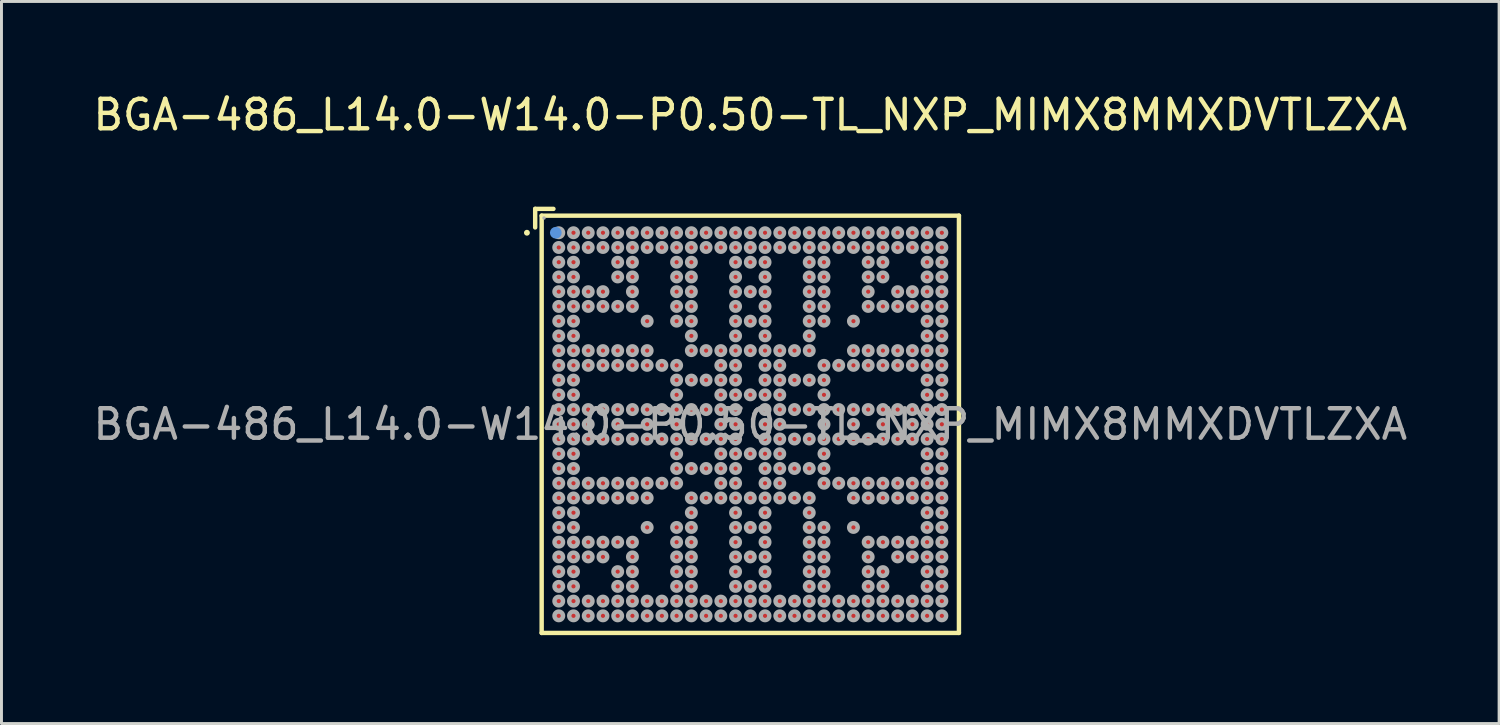
<source format=kicad_pcb>
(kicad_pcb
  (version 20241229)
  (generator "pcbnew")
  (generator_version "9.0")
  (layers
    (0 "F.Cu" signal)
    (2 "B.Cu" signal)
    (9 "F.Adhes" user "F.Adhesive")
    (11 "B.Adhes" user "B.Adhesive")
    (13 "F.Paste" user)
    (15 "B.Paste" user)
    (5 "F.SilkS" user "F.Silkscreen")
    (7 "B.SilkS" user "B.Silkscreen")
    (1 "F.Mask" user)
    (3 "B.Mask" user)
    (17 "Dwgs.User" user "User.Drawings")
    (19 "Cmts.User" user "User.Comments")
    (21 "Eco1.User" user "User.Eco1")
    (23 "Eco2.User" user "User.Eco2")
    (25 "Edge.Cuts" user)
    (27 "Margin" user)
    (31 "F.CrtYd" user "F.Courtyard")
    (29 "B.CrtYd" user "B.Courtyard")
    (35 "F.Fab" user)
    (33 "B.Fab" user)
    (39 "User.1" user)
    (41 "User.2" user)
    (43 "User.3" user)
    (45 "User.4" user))
  (footprint "BGA-486_L14.0-W14.0-P0.50-TL_NXP_MIMX8MMXDVTLZXA"
    (layer "F.Cu")
    (at 22.411 11.348)
    (property "Reference" "BGA-486_L14.0-W14.0-P0.50-TL_NXP_MIMX8MMXDVTLZXA" (at 0 -10.5 0) (layer "F.SilkS") (effects (font (size 1 1) (thickness 0.15))))
    (attr smd)
    (fp_line (start -7.3 -7.31) (end -7.3 -6.68) (stroke (width 0.15) (type solid)) (layer "F.SilkS"))
    (fp_line (start -7.08 -7.08) (end 7.08 -7.08) (stroke (width 0.15) (type solid)) (layer "F.SilkS"))
    (fp_line (start -7.08 7.08) (end -7.08 -7.08) (stroke (width 0.15) (type solid)) (layer "F.SilkS"))
    (fp_line (start -6.68 -7.31) (end -7.3 -7.31) (stroke (width 0.15) (type solid)) (layer "F.SilkS"))
    (fp_line (start 7.08 -7.08) (end 7.08 7.08) (stroke (width 0.15) (type solid)) (layer "F.SilkS"))
    (fp_line (start 7.08 7.08) (end -7.08 7.08) (stroke (width 0.15) (type solid)) (layer "F.SilkS"))
    (fp_circle (center -7.58 -6.5) (end -7.53 -6.5) (stroke (width 0.1) (type solid)) (fill no) (layer "F.SilkS"))
    (fp_circle (center -6.6 -6.5) (end -6.5 -6.5) (stroke (width 0.2) (type solid)) (fill no) (layer "Cmts.User"))
    (fp_circle (center -7 -7) (end -6.97 -7) (stroke (width 0.06) (type solid)) (fill no) (layer "F.Fab"))
    (fp_circle (center -6.5 -6.5) (end -6.43 -6.5) (stroke (width 0.15) (type solid)) (fill no) (layer "F.Fab"))
    (fp_circle (center -6.5 -6) (end -6.43 -6) (stroke (width 0.15) (type solid)) (fill no) (layer "F.Fab"))
    (fp_circle (center -6.5 -5.5) (end -6.43 -5.5) (stroke (width 0.15) (type solid)) (fill no) (layer "F.Fab"))
    (fp_circle (center -6.5 -5) (end -6.43 -5) (stroke (width 0.15) (type solid)) (fill no) (layer "F.Fab"))
    (fp_circle (center -6.5 -4.5) (end -6.43 -4.5) (stroke (width 0.15) (type solid)) (fill no) (layer "F.Fab"))
    (fp_circle (center -6.5 -4) (end -6.43 -4) (stroke (width 0.15) (type solid)) (fill no) (layer "F.Fab"))
    (fp_circle (center -6.5 -3.5) (end -6.43 -3.5) (stroke (width 0.15) (type solid)) (fill no) (layer "F.Fab"))
    (fp_circle (center -6.5 -3) (end -6.43 -3) (stroke (width 0.15) (type solid)) (fill no) (layer "F.Fab"))
    (fp_circle (center -6.5 -2.5) (end -6.43 -2.5) (stroke (width 0.15) (type solid)) (fill no) (layer "F.Fab"))
    (fp_circle (center -6.5 -2) (end -6.43 -2) (stroke (width 0.15) (type solid)) (fill no) (layer "F.Fab"))
    (fp_circle (center -6.5 -1.5) (end -6.43 -1.5) (stroke (width 0.15) (type solid)) (fill no) (layer "F.Fab"))
    (fp_circle (center -6.5 -1) (end -6.43 -1) (stroke (width 0.15) (type solid)) (fill no) (layer "F.Fab"))
    (fp_circle (center -6.5 -0.5) (end -6.43 -0.5) (stroke (width 0.15) (type solid)) (fill no) (layer "F.Fab"))
    (fp_circle (center -6.5 0) (end -6.43 0) (stroke (width 0.15) (type solid)) (fill no) (layer "F.Fab"))
    (fp_circle (center -6.5 0.5) (end -6.43 0.5) (stroke (width 0.15) (type solid)) (fill no) (layer "F.Fab"))
    (fp_circle (center -6.5 1) (end -6.43 1) (stroke (width 0.15) (type solid)) (fill no) (layer "F.Fab"))
    (fp_circle (center -6.5 1.5) (end -6.43 1.5) (stroke (width 0.15) (type solid)) (fill no) (layer "F.Fab"))
    (fp_circle (center -6.5 2) (end -6.43 2) (stroke (width 0.15) (type solid)) (fill no) (layer "F.Fab"))
    (fp_circle (center -6.5 2.5) (end -6.43 2.5) (stroke (width 0.15) (type solid)) (fill no) (layer "F.Fab"))
    (fp_circle (center -6.5 3) (end -6.43 3) (stroke (width 0.15) (type solid)) (fill no) (layer "F.Fab"))
    (fp_circle (center -6.5 3.5) (end -6.43 3.5) (stroke (width 0.15) (type solid)) (fill no) (layer "F.Fab"))
    (fp_circle (center -6.5 4) (end -6.43 4) (stroke (width 0.15) (type solid)) (fill no) (layer "F.Fab"))
    (fp_circle (center -6.5 4.5) (end -6.43 4.5) (stroke (width 0.15) (type solid)) (fill no) (layer "F.Fab"))
    (fp_circle (center -6.5 5) (end -6.43 5) (stroke (width 0.15) (type solid)) (fill no) (layer "F.Fab"))
    (fp_circle (center -6.5 5.5) (end -6.43 5.5) (stroke (width 0.15) (type solid)) (fill no) (layer "F.Fab"))
    (fp_circle (center -6.5 6) (end -6.43 6) (stroke (width 0.15) (type solid)) (fill no) (layer "F.Fab"))
    (fp_circle (center -6.5 6.5) (end -6.43 6.5) (stroke (width 0.15) (type solid)) (fill no) (layer "F.Fab"))
    (fp_circle (center -6 -6.5) (end -5.93 -6.5) (stroke (width 0.15) (type solid)) (fill no) (layer "F.Fab"))
    (fp_circle (center -6 -6) (end -5.93 -6) (stroke (width 0.15) (type solid)) (fill no) (layer "F.Fab"))
    (fp_circle (center -6 -5.5) (end -5.93 -5.5) (stroke (width 0.15) (type solid)) (fill no) (layer "F.Fab"))
    (fp_circle (center -6 -5) (end -5.93 -5) (stroke (width 0.15) (type solid)) (fill no) (layer "F.Fab"))
    (fp_circle (center -6 -4.5) (end -5.93 -4.5) (stroke (width 0.15) (type solid)) (fill no) (layer "F.Fab"))
    (fp_circle (center -6 -4) (end -5.93 -4) (stroke (width 0.15) (type solid)) (fill no) (layer "F.Fab"))
    (fp_circle (center -6 -3.5) (end -5.93 -3.5) (stroke (width 0.15) (type solid)) (fill no) (layer "F.Fab"))
    (fp_circle (center -6 -3) (end -5.93 -3) (stroke (width 0.15) (type solid)) (fill no) (layer "F.Fab"))
    (fp_circle (center -6 -2.5) (end -5.93 -2.5) (stroke (width 0.15) (type solid)) (fill no) (layer "F.Fab"))
    (fp_circle (center -6 -2) (end -5.93 -2) (stroke (width 0.15) (type solid)) (fill no) (layer "F.Fab"))
    (fp_circle (center -6 -1.5) (end -5.93 -1.5) (stroke (width 0.15) (type solid)) (fill no) (layer "F.Fab"))
    (fp_circle (center -6 -1) (end -5.93 -1) (stroke (width 0.15) (type solid)) (fill no) (layer "F.Fab"))
    (fp_circle (center -6 -0.5) (end -5.93 -0.5) (stroke (width 0.15) (type solid)) (fill no) (layer "F.Fab"))
    (fp_circle (center -6 0) (end -5.93 0) (stroke (width 0.15) (type solid)) (fill no) (layer "F.Fab"))
    (fp_circle (center -6 0.5) (end -5.93 0.5) (stroke (width 0.15) (type solid)) (fill no) (layer "F.Fab"))
    (fp_circle (center -6 1) (end -5.93 1) (stroke (width 0.15) (type solid)) (fill no) (layer "F.Fab"))
    (fp_circle (center -6 1.5) (end -5.93 1.5) (stroke (width 0.15) (type solid)) (fill no) (layer "F.Fab"))
    (fp_circle (center -6 2) (end -5.93 2) (stroke (width 0.15) (type solid)) (fill no) (layer "F.Fab"))
    (fp_circle (center -6 2.5) (end -5.93 2.5) (stroke (width 0.15) (type solid)) (fill no) (layer "F.Fab"))
    (fp_circle (center -6 3) (end -5.93 3) (stroke (width 0.15) (type solid)) (fill no) (layer "F.Fab"))
    (fp_circle (center -6 3.5) (end -5.93 3.5) (stroke (width 0.15) (type solid)) (fill no) (layer "F.Fab"))
    (fp_circle (center -6 4) (end -5.93 4) (stroke (width 0.15) (type solid)) (fill no) (layer "F.Fab"))
    (fp_circle (center -6 4.5) (end -5.93 4.5) (stroke (width 0.15) (type solid)) (fill no) (layer "F.Fab"))
    (fp_circle (center -6 5) (end -5.93 5) (stroke (width 0.15) (type solid)) (fill no) (layer "F.Fab"))
    (fp_circle (center -6 5.5) (end -5.93 5.5) (stroke (width 0.15) (type solid)) (fill no) (layer "F.Fab"))
    (fp_circle (center -6 6) (end -5.93 6) (stroke (width 0.15) (type solid)) (fill no) (layer "F.Fab"))
    (fp_circle (center -6 6.5) (end -5.93 6.5) (stroke (width 0.15) (type solid)) (fill no) (layer "F.Fab"))
    (fp_circle (center -5.5 -6.5) (end -5.43 -6.5) (stroke (width 0.15) (type solid)) (fill no) (layer "F.Fab"))
    (fp_circle (center -5.5 -6) (end -5.43 -6) (stroke (width 0.15) (type solid)) (fill no) (layer "F.Fab"))
    (fp_circle (center -5.5 -4.5) (end -5.43 -4.5) (stroke (width 0.15) (type solid)) (fill no) (layer "F.Fab"))
    (fp_circle (center -5.5 -4) (end -5.43 -4) (stroke (width 0.15) (type solid)) (fill no) (layer "F.Fab"))
    (fp_circle (center -5.5 -2.5) (end -5.43 -2.5) (stroke (width 0.15) (type solid)) (fill no) (layer "F.Fab"))
    (fp_circle (center -5.5 -2) (end -5.43 -2) (stroke (width 0.15) (type solid)) (fill no) (layer "F.Fab"))
    (fp_circle (center -5.5 -0.5) (end -5.43 -0.5) (stroke (width 0.15) (type solid)) (fill no) (layer "F.Fab"))
    (fp_circle (center -5.5 0) (end -5.43 0) (stroke (width 0.15) (type solid)) (fill no) (layer "F.Fab"))
    (fp_circle (center -5.5 0.5) (end -5.43 0.5) (stroke (width 0.15) (type solid)) (fill no) (layer "F.Fab"))
    (fp_circle (center -5.5 2) (end -5.43 2) (stroke (width 0.15) (type solid)) (fill no) (layer "F.Fab"))
    (fp_circle (center -5.5 2.5) (end -5.43 2.5) (stroke (width 0.15) (type solid)) (fill no) (layer "F.Fab"))
    (fp_circle (center -5.5 4) (end -5.43 4) (stroke (width 0.15) (type solid)) (fill no) (layer "F.Fab"))
    (fp_circle (center -5.5 4.5) (end -5.43 4.5) (stroke (width 0.15) (type solid)) (fill no) (layer "F.Fab"))
    (fp_circle (center -5.5 6) (end -5.43 6) (stroke (width 0.15) (type solid)) (fill no) (layer "F.Fab"))
    (fp_circle (center -5.5 6.5) (end -5.43 6.5) (stroke (width 0.15) (type solid)) (fill no) (layer "F.Fab"))
    (fp_circle (center -5 -6.5) (end -4.93 -6.5) (stroke (width 0.15) (type solid)) (fill no) (layer "F.Fab"))
    (fp_circle (center -5 -6) (end -4.93 -6) (stroke (width 0.15) (type solid)) (fill no) (layer "F.Fab"))
    (fp_circle (center -5 -4.5) (end -4.93 -4.5) (stroke (width 0.15) (type solid)) (fill no) (layer "F.Fab"))
    (fp_circle (center -5 -4) (end -4.93 -4) (stroke (width 0.15) (type solid)) (fill no) (layer "F.Fab"))
    (fp_circle (center -5 -2.5) (end -4.93 -2.5) (stroke (width 0.15) (type solid)) (fill no) (layer "F.Fab"))
    (fp_circle (center -5 -2) (end -4.93 -2) (stroke (width 0.15) (type solid)) (fill no) (layer "F.Fab"))
    (fp_circle (center -5 -0.5) (end -4.93 -0.5) (stroke (width 0.15) (type solid)) (fill no) (layer "F.Fab"))
    (fp_circle (center -5 0.5) (end -4.93 0.5) (stroke (width 0.15) (type solid)) (fill no) (layer "F.Fab"))
    (fp_circle (center -5 2) (end -4.93 2) (stroke (width 0.15) (type solid)) (fill no) (layer "F.Fab"))
    (fp_circle (center -5 2.5) (end -4.93 2.5) (stroke (width 0.15) (type solid)) (fill no) (layer "F.Fab"))
    (fp_circle (center -5 4) (end -4.93 4) (stroke (width 0.15) (type solid)) (fill no) (layer "F.Fab"))
    (fp_circle (center -5 4.5) (end -4.93 4.5) (stroke (width 0.15) (type solid)) (fill no) (layer "F.Fab"))
    (fp_circle (center -5 6) (end -4.93 6) (stroke (width 0.15) (type solid)) (fill no) (layer "F.Fab"))
    (fp_circle (center -5 6.5) (end -4.93 6.5) (stroke (width 0.15) (type solid)) (fill no) (layer "F.Fab"))
    (fp_circle (center -4.5 -6.5) (end -4.43 -6.5) (stroke (width 0.15) (type solid)) (fill no) (layer "F.Fab"))
    (fp_circle (center -4.5 -6) (end -4.43 -6) (stroke (width 0.15) (type solid)) (fill no) (layer "F.Fab"))
    (fp_circle (center -4.5 -5.5) (end -4.43 -5.5) (stroke (width 0.15) (type solid)) (fill no) (layer "F.Fab"))
    (fp_circle (center -4.5 -5) (end -4.43 -5) (stroke (width 0.15) (type solid)) (fill no) (layer "F.Fab"))
    (fp_circle (center -4.5 -4) (end -4.43 -4) (stroke (width 0.15) (type solid)) (fill no) (layer "F.Fab"))
    (fp_circle (center -4.5 -2.5) (end -4.43 -2.5) (stroke (width 0.15) (type solid)) (fill no) (layer "F.Fab"))
    (fp_circle (center -4.5 -2) (end -4.43 -2) (stroke (width 0.15) (type solid)) (fill no) (layer "F.Fab"))
    (fp_circle (center -4.5 -0.5) (end -4.43 -0.5) (stroke (width 0.15) (type solid)) (fill no) (layer "F.Fab"))
    (fp_circle (center -4.5 0) (end -4.43 0) (stroke (width 0.15) (type solid)) (fill no) (layer "F.Fab"))
    (fp_circle (center -4.5 0.5) (end -4.43 0.5) (stroke (width 0.15) (type solid)) (fill no) (layer "F.Fab"))
    (fp_circle (center -4.5 2) (end -4.43 2) (stroke (width 0.15) (type solid)) (fill no) (layer "F.Fab"))
    (fp_circle (center -4.5 2.5) (end -4.43 2.5) (stroke (width 0.15) (type solid)) (fill no) (layer "F.Fab"))
    (fp_circle (center -4.5 4) (end -4.43 4) (stroke (width 0.15) (type solid)) (fill no) (layer "F.Fab"))
    (fp_circle (center -4.5 5) (end -4.43 5) (stroke (width 0.15) (type solid)) (fill no) (layer "F.Fab"))
    (fp_circle (center -4.5 5.5) (end -4.43 5.5) (stroke (width 0.15) (type solid)) (fill no) (layer "F.Fab"))
    (fp_circle (center -4.5 6) (end -4.43 6) (stroke (width 0.15) (type solid)) (fill no) (layer "F.Fab"))
    (fp_circle (center -4.5 6.5) (end -4.43 6.5) (stroke (width 0.15) (type solid)) (fill no) (layer "F.Fab"))
    (fp_circle (center -4 -6.5) (end -3.93 -6.5) (stroke (width 0.15) (type solid)) (fill no) (layer "F.Fab"))
    (fp_circle (center -4 -6) (end -3.93 -6) (stroke (width 0.15) (type solid)) (fill no) (layer "F.Fab"))
    (fp_circle (center -4 -5.5) (end -3.93 -5.5) (stroke (width 0.15) (type solid)) (fill no) (layer "F.Fab"))
    (fp_circle (center -4 -5) (end -3.93 -5) (stroke (width 0.15) (type solid)) (fill no) (layer "F.Fab"))
    (fp_circle (center -4 -4.5) (end -3.93 -4.5) (stroke (width 0.15) (type solid)) (fill no) (layer "F.Fab"))
    (fp_circle (center -4 -4) (end -3.93 -4) (stroke (width 0.15) (type solid)) (fill no) (layer "F.Fab"))
    (fp_circle (center -4 -2.5) (end -3.93 -2.5) (stroke (width 0.15) (type solid)) (fill no) (layer "F.Fab"))
    (fp_circle (center -4 -2) (end -3.93 -2) (stroke (width 0.15) (type solid)) (fill no) (layer "F.Fab"))
    (fp_circle (center -4 -0.5) (end -3.93 -0.5) (stroke (width 0.15) (type solid)) (fill no) (layer "F.Fab"))
    (fp_circle (center -4 0.5) (end -3.93 0.5) (stroke (width 0.15) (type solid)) (fill no) (layer "F.Fab"))
    (fp_circle (center -4 2) (end -3.93 2) (stroke (width 0.15) (type solid)) (fill no) (layer "F.Fab"))
    (fp_circle (center -4 2.5) (end -3.93 2.5) (stroke (width 0.15) (type solid)) (fill no) (layer "F.Fab"))
    (fp_circle (center -4 4) (end -3.93 4) (stroke (width 0.15) (type solid)) (fill no) (layer "F.Fab"))
    (fp_circle (center -4 4.5) (end -3.93 4.5) (stroke (width 0.15) (type solid)) (fill no) (layer "F.Fab"))
    (fp_circle (center -4 5) (end -3.93 5) (stroke (width 0.15) (type solid)) (fill no) (layer "F.Fab"))
    (fp_circle (center -4 5.5) (end -3.93 5.5) (stroke (width 0.15) (type solid)) (fill no) (layer "F.Fab"))
    (fp_circle (center -4 6) (end -3.93 6) (stroke (width 0.15) (type solid)) (fill no) (layer "F.Fab"))
    (fp_circle (center -4 6.5) (end -3.93 6.5) (stroke (width 0.15) (type solid)) (fill no) (layer "F.Fab"))
    (fp_circle (center -3.5 -6.5) (end -3.43 -6.5) (stroke (width 0.15) (type solid)) (fill no) (layer "F.Fab"))
    (fp_circle (center -3.5 -6) (end -3.43 -6) (stroke (width 0.15) (type solid)) (fill no) (layer "F.Fab"))
    (fp_circle (center -3.5 -3.5) (end -3.43 -3.5) (stroke (width 0.15) (type solid)) (fill no) (layer "F.Fab"))
    (fp_circle (center -3.5 -2.5) (end -3.43 -2.5) (stroke (width 0.15) (type solid)) (fill no) (layer "F.Fab"))
    (fp_circle (center -3.5 -2) (end -3.43 -2) (stroke (width 0.15) (type solid)) (fill no) (layer "F.Fab"))
    (fp_circle (center -3.5 -0.5) (end -3.43 -0.5) (stroke (width 0.15) (type solid)) (fill no) (layer "F.Fab"))
    (fp_circle (center -3.5 0) (end -3.43 0) (stroke (width 0.15) (type solid)) (fill no) (layer "F.Fab"))
    (fp_circle (center -3.5 0.5) (end -3.43 0.5) (stroke (width 0.15) (type solid)) (fill no) (layer "F.Fab"))
    (fp_circle (center -3.5 2) (end -3.43 2) (stroke (width 0.15) (type solid)) (fill no) (layer "F.Fab"))
    (fp_circle (center -3.5 2.5) (end -3.43 2.5) (stroke (width 0.15) (type solid)) (fill no) (layer "F.Fab"))
    (fp_circle (center -3.5 3.5) (end -3.43 3.5) (stroke (width 0.15) (type solid)) (fill no) (layer "F.Fab"))
    (fp_circle (center -3.5 6) (end -3.43 6) (stroke (width 0.15) (type solid)) (fill no) (layer "F.Fab"))
    (fp_circle (center -3.5 6.5) (end -3.43 6.5) (stroke (width 0.15) (type solid)) (fill no) (layer "F.Fab"))
    (fp_circle (center -3 -6.5) (end -2.93 -6.5) (stroke (width 0.15) (type solid)) (fill no) (layer "F.Fab"))
    (fp_circle (center -3 -6) (end -2.93 -6) (stroke (width 0.15) (type solid)) (fill no) (layer "F.Fab"))
    (fp_circle (center -3 -2) (end -2.93 -2) (stroke (width 0.15) (type solid)) (fill no) (layer "F.Fab"))
    (fp_circle (center -3 -0.5) (end -2.93 -0.5) (stroke (width 0.15) (type solid)) (fill no) (layer "F.Fab"))
    (fp_circle (center -3 0.5) (end -2.93 0.5) (stroke (width 0.15) (type solid)) (fill no) (layer "F.Fab"))
    (fp_circle (center -3 2) (end -2.93 2) (stroke (width 0.15) (type solid)) (fill no) (layer "F.Fab"))
    (fp_circle (center -3 6) (end -2.93 6) (stroke (width 0.15) (type solid)) (fill no) (layer "F.Fab"))
    (fp_circle (center -3 6.5) (end -2.93 6.5) (stroke (width 0.15) (type solid)) (fill no) (layer "F.Fab"))
    (fp_circle (center -2.5 -6.5) (end -2.43 -6.5) (stroke (width 0.15) (type solid)) (fill no) (layer "F.Fab"))
    (fp_circle (center -2.5 -6) (end -2.43 -6) (stroke (width 0.15) (type solid)) (fill no) (layer "F.Fab"))
    (fp_circle (center -2.5 -5.5) (end -2.43 -5.5) (stroke (width 0.15) (type solid)) (fill no) (layer "F.Fab"))
    (fp_circle (center -2.5 -5) (end -2.43 -5) (stroke (width 0.15) (type solid)) (fill no) (layer "F.Fab"))
    (fp_circle (center -2.5 -4.5) (end -2.43 -4.5) (stroke (width 0.15) (type solid)) (fill no) (layer "F.Fab"))
    (fp_circle (center -2.5 -4) (end -2.43 -4) (stroke (width 0.15) (type solid)) (fill no) (layer "F.Fab"))
    (fp_circle (center -2.5 -3.5) (end -2.43 -3.5) (stroke (width 0.15) (type solid)) (fill no) (layer "F.Fab"))
    (fp_circle (center -2.5 -2) (end -2.43 -2) (stroke (width 0.15) (type solid)) (fill no) (layer "F.Fab"))
    (fp_circle (center -2.5 -1.5) (end -2.43 -1.5) (stroke (width 0.15) (type solid)) (fill no) (layer "F.Fab"))
    (fp_circle (center -2.5 -1) (end -2.43 -1) (stroke (width 0.15) (type solid)) (fill no) (layer "F.Fab"))
    (fp_circle (center -2.5 -0.5) (end -2.43 -0.5) (stroke (width 0.15) (type solid)) (fill no) (layer "F.Fab"))
    (fp_circle (center -2.5 0) (end -2.43 0) (stroke (width 0.15) (type solid)) (fill no) (layer "F.Fab"))
    (fp_circle (center -2.5 0.5) (end -2.43 0.5) (stroke (width 0.15) (type solid)) (fill no) (layer "F.Fab"))
    (fp_circle (center -2.5 1) (end -2.43 1) (stroke (width 0.15) (type solid)) (fill no) (layer "F.Fab"))
    (fp_circle (center -2.5 1.5) (end -2.43 1.5) (stroke (width 0.15) (type solid)) (fill no) (layer "F.Fab"))
    (fp_circle (center -2.5 2) (end -2.43 2) (stroke (width 0.15) (type solid)) (fill no) (layer "F.Fab"))
    (fp_circle (center -2.5 3.5) (end -2.43 3.5) (stroke (width 0.15) (type solid)) (fill no) (layer "F.Fab"))
    (fp_circle (center -2.5 4) (end -2.43 4) (stroke (width 0.15) (type solid)) (fill no) (layer "F.Fab"))
    (fp_circle (center -2.5 4.5) (end -2.43 4.5) (stroke (width 0.15) (type solid)) (fill no) (layer "F.Fab"))
    (fp_circle (center -2.5 5) (end -2.43 5) (stroke (width 0.15) (type solid)) (fill no) (layer "F.Fab"))
    (fp_circle (center -2.5 5.5) (end -2.43 5.5) (stroke (width 0.15) (type solid)) (fill no) (layer "F.Fab"))
    (fp_circle (center -2.5 6) (end -2.43 6) (stroke (width 0.15) (type solid)) (fill no) (layer "F.Fab"))
    (fp_circle (center -2.5 6.5) (end -2.43 6.5) (stroke (width 0.15) (type solid)) (fill no) (layer "F.Fab"))
    (fp_circle (center -2 -6.5) (end -1.93 -6.5) (stroke (width 0.15) (type solid)) (fill no) (layer "F.Fab"))
    (fp_circle (center -2 -6) (end -1.93 -6) (stroke (width 0.15) (type solid)) (fill no) (layer "F.Fab"))
    (fp_circle (center -2 -5.5) (end -1.93 -5.5) (stroke (width 0.15) (type solid)) (fill no) (layer "F.Fab"))
    (fp_circle (center -2 -5) (end -1.93 -5) (stroke (width 0.15) (type solid)) (fill no) (layer "F.Fab"))
    (fp_circle (center -2 -4.5) (end -1.93 -4.5) (stroke (width 0.15) (type solid)) (fill no) (layer "F.Fab"))
    (fp_circle (center -2 -4) (end -1.93 -4) (stroke (width 0.15) (type solid)) (fill no) (layer "F.Fab"))
    (fp_circle (center -2 -3.5) (end -1.93 -3.5) (stroke (width 0.15) (type solid)) (fill no) (layer "F.Fab"))
    (fp_circle (center -2 -3) (end -1.93 -3) (stroke (width 0.15) (type solid)) (fill no) (layer "F.Fab"))
    (fp_circle (center -2 -2.5) (end -1.93 -2.5) (stroke (width 0.15) (type solid)) (fill no) (layer "F.Fab"))
    (fp_circle (center -2 -1.5) (end -1.93 -1.5) (stroke (width 0.15) (type solid)) (fill no) (layer "F.Fab"))
    (fp_circle (center -2 -0.5) (end -1.93 -0.5) (stroke (width 0.15) (type solid)) (fill no) (layer "F.Fab"))
    (fp_circle (center -2 0.5) (end -1.93 0.5) (stroke (width 0.15) (type solid)) (fill no) (layer "F.Fab"))
    (fp_circle (center -2 1.5) (end -1.93 1.5) (stroke (width 0.15) (type solid)) (fill no) (layer "F.Fab"))
    (fp_circle (center -2 2.5) (end -1.93 2.5) (stroke (width 0.15) (type solid)) (fill no) (layer "F.Fab"))
    (fp_circle (center -2 3) (end -1.93 3) (stroke (width 0.15) (type solid)) (fill no) (layer "F.Fab"))
    (fp_circle (center -2 3.5) (end -1.93 3.5) (stroke (width 0.15) (type solid)) (fill no) (layer "F.Fab"))
    (fp_circle (center -2 4) (end -1.93 4) (stroke (width 0.15) (type solid)) (fill no) (layer "F.Fab"))
    (fp_circle (center -2 4.5) (end -1.93 4.5) (stroke (width 0.15) (type solid)) (fill no) (layer "F.Fab"))
    (fp_circle (center -2 5) (end -1.93 5) (stroke (width 0.15) (type solid)) (fill no) (layer "F.Fab"))
    (fp_circle (center -2 5.5) (end -1.93 5.5) (stroke (width 0.15) (type solid)) (fill no) (layer "F.Fab"))
    (fp_circle (center -2 6) (end -1.93 6) (stroke (width 0.15) (type solid)) (fill no) (layer "F.Fab"))
    (fp_circle (center -2 6.5) (end -1.93 6.5) (stroke (width 0.15) (type solid)) (fill no) (layer "F.Fab"))
    (fp_circle (center -1.5 -6.5) (end -1.43 -6.5) (stroke (width 0.15) (type solid)) (fill no) (layer "F.Fab"))
    (fp_circle (center -1.5 -6) (end -1.43 -6) (stroke (width 0.15) (type solid)) (fill no) (layer "F.Fab"))
    (fp_circle (center -1.5 -2.5) (end -1.43 -2.5) (stroke (width 0.15) (type solid)) (fill no) (layer "F.Fab"))
    (fp_circle (center -1.5 -1.5) (end -1.43 -1.5) (stroke (width 0.15) (type solid)) (fill no) (layer "F.Fab"))
    (fp_circle (center -1.5 -0.5) (end -1.43 -0.5) (stroke (width 0.15) (type solid)) (fill no) (layer "F.Fab"))
    (fp_circle (center -1.5 0.5) (end -1.43 0.5) (stroke (width 0.15) (type solid)) (fill no) (layer "F.Fab"))
    (fp_circle (center -1.5 1.5) (end -1.43 1.5) (stroke (width 0.15) (type solid)) (fill no) (layer "F.Fab"))
    (fp_circle (center -1.5 2.5) (end -1.43 2.5) (stroke (width 0.15) (type solid)) (fill no) (layer "F.Fab"))
    (fp_circle (center -1.5 6) (end -1.43 6) (stroke (width 0.15) (type solid)) (fill no) (layer "F.Fab"))
    (fp_circle (center -1.5 6.5) (end -1.43 6.5) (stroke (width 0.15) (type solid)) (fill no) (layer "F.Fab"))
    (fp_circle (center -1 -6.5) (end -0.93 -6.5) (stroke (width 0.15) (type solid)) (fill no) (layer "F.Fab"))
    (fp_circle (center -1 -6) (end -0.93 -6) (stroke (width 0.15) (type solid)) (fill no) (layer "F.Fab"))
    (fp_circle (center -1 -2.5) (end -0.93 -2.5) (stroke (width 0.15) (type solid)) (fill no) (layer "F.Fab"))
    (fp_circle (center -1 -2) (end -0.93 -2) (stroke (width 0.15) (type solid)) (fill no) (layer "F.Fab"))
    (fp_circle (center -1 -1.5) (end -0.93 -1.5) (stroke (width 0.15) (type solid)) (fill no) (layer "F.Fab"))
    (fp_circle (center -1 -1) (end -0.93 -1) (stroke (width 0.15) (type solid)) (fill no) (layer "F.Fab"))
    (fp_circle (center -1 -0.5) (end -0.93 -0.5) (stroke (width 0.15) (type solid)) (fill no) (layer "F.Fab"))
    (fp_circle (center -1 0) (end -0.93 0) (stroke (width 0.15) (type solid)) (fill no) (layer "F.Fab"))
    (fp_circle (center -1 0.5) (end -0.93 0.5) (stroke (width 0.15) (type solid)) (fill no) (layer "F.Fab"))
    (fp_circle (center -1 1) (end -0.93 1) (stroke (width 0.15) (type solid)) (fill no) (layer "F.Fab"))
    (fp_circle (center -1 1.5) (end -0.93 1.5) (stroke (width 0.15) (type solid)) (fill no) (layer "F.Fab"))
    (fp_circle (center -1 2) (end -0.93 2) (stroke (width 0.15) (type solid)) (fill no) (layer "F.Fab"))
    (fp_circle (center -1 2.5) (end -0.93 2.5) (stroke (width 0.15) (type solid)) (fill no) (layer "F.Fab"))
    (fp_circle (center -1 6) (end -0.93 6) (stroke (width 0.15) (type solid)) (fill no) (layer "F.Fab"))
    (fp_circle (center -1 6.5) (end -0.93 6.5) (stroke (width 0.15) (type solid)) (fill no) (layer "F.Fab"))
    (fp_circle (center -0.5 -6.5) (end -0.43 -6.5) (stroke (width 0.15) (type solid)) (fill no) (layer "F.Fab"))
    (fp_circle (center -0.5 -6) (end -0.43 -6) (stroke (width 0.15) (type solid)) (fill no) (layer "F.Fab"))
    (fp_circle (center -0.5 -5.5) (end -0.43 -5.5) (stroke (width 0.15) (type solid)) (fill no) (layer "F.Fab"))
    (fp_circle (center -0.5 -5) (end -0.43 -5) (stroke (width 0.15) (type solid)) (fill no) (layer "F.Fab"))
    (fp_circle (center -0.5 -4.5) (end -0.43 -4.5) (stroke (width 0.15) (type solid)) (fill no) (layer "F.Fab"))
    (fp_circle (center -0.5 -4) (end -0.43 -4) (stroke (width 0.15) (type solid)) (fill no) (layer "F.Fab"))
    (fp_circle (center -0.5 -3.5) (end -0.43 -3.5) (stroke (width 0.15) (type solid)) (fill no) (layer "F.Fab"))
    (fp_circle (center -0.5 -3) (end -0.43 -3) (stroke (width 0.15) (type solid)) (fill no) (layer "F.Fab"))
    (fp_circle (center -0.5 -2.5) (end -0.43 -2.5) (stroke (width 0.15) (type solid)) (fill no) (layer "F.Fab"))
    (fp_circle (center -0.5 -2) (end -0.43 -2) (stroke (width 0.15) (type solid)) (fill no) (layer "F.Fab"))
    (fp_circle (center -0.5 -1.5) (end -0.43 -1.5) (stroke (width 0.15) (type solid)) (fill no) (layer "F.Fab"))
    (fp_circle (center -0.5 -1) (end -0.43 -1) (stroke (width 0.15) (type solid)) (fill no) (layer "F.Fab"))
    (fp_circle (center -0.5 -0.5) (end -0.43 -0.5) (stroke (width 0.15) (type solid)) (fill no) (layer "F.Fab"))
    (fp_circle (center -0.5 0) (end -0.43 0) (stroke (width 0.15) (type solid)) (fill no) (layer "F.Fab"))
    (fp_circle (center -0.5 0.5) (end -0.43 0.5) (stroke (width 0.15) (type solid)) (fill no) (layer "F.Fab"))
    (fp_circle (center -0.5 1) (end -0.43 1) (stroke (width 0.15) (type solid)) (fill no) (layer "F.Fab"))
    (fp_circle (center -0.5 1.5) (end -0.43 1.5) (stroke (width 0.15) (type solid)) (fill no) (layer "F.Fab"))
    (fp_circle (center -0.5 2) (end -0.43 2) (stroke (width 0.15) (type solid)) (fill no) (layer "F.Fab"))
    (fp_circle (center -0.5 2.5) (end -0.43 2.5) (stroke (width 0.15) (type solid)) (fill no) (layer "F.Fab"))
    (fp_circle (center -0.5 3) (end -0.43 3) (stroke (width 0.15) (type solid)) (fill no) (layer "F.Fab"))
    (fp_circle (center -0.5 3.5) (end -0.43 3.5) (stroke (width 0.15) (type solid)) (fill no) (layer "F.Fab"))
    (fp_circle (center -0.5 4) (end -0.43 4) (stroke (width 0.15) (type solid)) (fill no) (layer "F.Fab"))
    (fp_circle (center -0.5 4.5) (end -0.43 4.5) (stroke (width 0.15) (type solid)) (fill no) (layer "F.Fab"))
    (fp_circle (center -0.5 5) (end -0.43 5) (stroke (width 0.15) (type solid)) (fill no) (layer "F.Fab"))
    (fp_circle (center -0.5 5.5) (end -0.43 5.5) (stroke (width 0.15) (type solid)) (fill no) (layer "F.Fab"))
    (fp_circle (center -0.5 6) (end -0.43 6) (stroke (width 0.15) (type solid)) (fill no) (layer "F.Fab"))
    (fp_circle (center -0.5 6.5) (end -0.43 6.5) (stroke (width 0.15) (type solid)) (fill no) (layer "F.Fab"))
    (fp_circle (center 0 -6.5) (end 0.07 -6.5) (stroke (width 0.15) (type solid)) (fill no) (layer "F.Fab"))
    (fp_circle (center 0 -6) (end 0.07 -6) (stroke (width 0.15) (type solid)) (fill no) (layer "F.Fab"))
    (fp_circle (center 0 -5.5) (end 0.07 -5.5) (stroke (width 0.15) (type solid)) (fill no) (layer "F.Fab"))
    (fp_circle (center 0 -4.5) (end 0.07 -4.5) (stroke (width 0.15) (type solid)) (fill no) (layer "F.Fab"))
    (fp_circle (center 0 -3.5) (end 0.07 -3.5) (stroke (width 0.15) (type solid)) (fill no) (layer "F.Fab"))
    (fp_circle (center 0 -2.5) (end 0.07 -2.5) (stroke (width 0.15) (type solid)) (fill no) (layer "F.Fab"))
    (fp_circle (center 0 -1) (end 0.07 -1) (stroke (width 0.15) (type solid)) (fill no) (layer "F.Fab"))
    (fp_circle (center 0 1) (end 0.07 1) (stroke (width 0.15) (type solid)) (fill no) (layer "F.Fab"))
    (fp_circle (center 0 2.5) (end 0.07 2.5) (stroke (width 0.15) (type solid)) (fill no) (layer "F.Fab"))
    (fp_circle (center 0 3.5) (end 0.07 3.5) (stroke (width 0.15) (type solid)) (fill no) (layer "F.Fab"))
    (fp_circle (center 0 4.5) (end 0.07 4.5) (stroke (width 0.15) (type solid)) (fill no) (layer "F.Fab"))
    (fp_circle (center 0 5.5) (end 0.07 5.5) (stroke (width 0.15) (type solid)) (fill no) (layer "F.Fab"))
    (fp_circle (center 0 6) (end 0.07 6) (stroke (width 0.15) (type solid)) (fill no) (layer "F.Fab"))
    (fp_circle (center 0 6.5) (end 0.07 6.5) (stroke (width 0.15) (type solid)) (fill no) (layer "F.Fab"))
    (fp_circle (center 0.5 -6.5) (end 0.57 -6.5) (stroke (width 0.15) (type solid)) (fill no) (layer "F.Fab"))
    (fp_circle (center 0.5 -6) (end 0.57 -6) (stroke (width 0.15) (type solid)) (fill no) (layer "F.Fab"))
    (fp_circle (center 0.5 -5.5) (end 0.57 -5.5) (stroke (width 0.15) (type solid)) (fill no) (layer "F.Fab"))
    (fp_circle (center 0.5 -5) (end 0.57 -5) (stroke (width 0.15) (type solid)) (fill no) (layer "F.Fab"))
    (fp_circle (center 0.5 -4.5) (end 0.57 -4.5) (stroke (width 0.15) (type solid)) (fill no) (layer "F.Fab"))
    (fp_circle (center 0.5 -4) (end 0.57 -4) (stroke (width 0.15) (type solid)) (fill no) (layer "F.Fab"))
    (fp_circle (center 0.5 -3.5) (end 0.57 -3.5) (stroke (width 0.15) (type solid)) (fill no) (layer "F.Fab"))
    (fp_circle (center 0.5 -3) (end 0.57 -3) (stroke (width 0.15) (type solid)) (fill no) (layer "F.Fab"))
    (fp_circle (center 0.5 -2.5) (end 0.57 -2.5) (stroke (width 0.15) (type solid)) (fill no) (layer "F.Fab"))
    (fp_circle (center 0.5 -2) (end 0.57 -2) (stroke (width 0.15) (type solid)) (fill no) (layer "F.Fab"))
    (fp_circle (center 0.5 -1.5) (end 0.57 -1.5) (stroke (width 0.15) (type solid)) (fill no) (layer "F.Fab"))
    (fp_circle (center 0.5 -1) (end 0.57 -1) (stroke (width 0.15) (type solid)) (fill no) (layer "F.Fab"))
    (fp_circle (center 0.5 -0.5) (end 0.57 -0.5) (stroke (width 0.15) (type solid)) (fill no) (layer "F.Fab"))
    (fp_circle (center 0.5 0) (end 0.57 0) (stroke (width 0.15) (type solid)) (fill no) (layer "F.Fab"))
    (fp_circle (center 0.5 0.5) (end 0.57 0.5) (stroke (width 0.15) (type solid)) (fill no) (layer "F.Fab"))
    (fp_circle (center 0.5 1) (end 0.57 1) (stroke (width 0.15) (type solid)) (fill no) (layer "F.Fab"))
    (fp_circle (center 0.5 1.5) (end 0.57 1.5) (stroke (width 0.15) (type solid)) (fill no) (layer "F.Fab"))
    (fp_circle (center 0.5 2) (end 0.57 2) (stroke (width 0.15) (type solid)) (fill no) (layer "F.Fab"))
    (fp_circle (center 0.5 2.5) (end 0.57 2.5) (stroke (width 0.15) (type solid)) (fill no) (layer "F.Fab"))
    (fp_circle (center 0.5 3) (end 0.57 3) (stroke (width 0.15) (type solid)) (fill no) (layer "F.Fab"))
    (fp_circle (center 0.5 3.5) (end 0.57 3.5) (stroke (width 0.15) (type solid)) (fill no) (layer "F.Fab"))
    (fp_circle (center 0.5 4) (end 0.57 4) (stroke (width 0.15) (type solid)) (fill no) (layer "F.Fab"))
    (fp_circle (center 0.5 4.5) (end 0.57 4.5) (stroke (width 0.15) (type solid)) (fill no) (layer "F.Fab"))
    (fp_circle (center 0.5 5) (end 0.57 5) (stroke (width 0.15) (type solid)) (fill no) (layer "F.Fab"))
    (fp_circle (center 0.5 5.5) (end 0.57 5.5) (stroke (width 0.15) (type solid)) (fill no) (layer "F.Fab"))
    (fp_circle (center 0.5 6) (end 0.57 6) (stroke (width 0.15) (type solid)) (fill no) (layer "F.Fab"))
    (fp_circle (center 0.5 6.5) (end 0.57 6.5) (stroke (width 0.15) (type solid)) (fill no) (layer "F.Fab"))
    (fp_circle (center 1 -6.5) (end 1.07 -6.5) (stroke (width 0.15) (type solid)) (fill no) (layer "F.Fab"))
    (fp_circle (center 1 -6) (end 1.07 -6) (stroke (width 0.15) (type solid)) (fill no) (layer "F.Fab"))
    (fp_circle (center 1 -2.5) (end 1.07 -2.5) (stroke (width 0.15) (type solid)) (fill no) (layer "F.Fab"))
    (fp_circle (center 1 -2) (end 1.07 -2) (stroke (width 0.15) (type solid)) (fill no) (layer "F.Fab"))
    (fp_circle (center 1 -1.5) (end 1.07 -1.5) (stroke (width 0.15) (type solid)) (fill no) (layer "F.Fab"))
    (fp_circle (center 1 -1) (end 1.07 -1) (stroke (width 0.15) (type solid)) (fill no) (layer "F.Fab"))
    (fp_circle (center 1 -0.5) (end 1.07 -0.5) (stroke (width 0.15) (type solid)) (fill no) (layer "F.Fab"))
    (fp_circle (center 1 0) (end 1.07 0) (stroke (width 0.15) (type solid)) (fill no) (layer "F.Fab"))
    (fp_circle (center 1 0.5) (end 1.07 0.5) (stroke (width 0.15) (type solid)) (fill no) (layer "F.Fab"))
    (fp_circle (center 1 1) (end 1.07 1) (stroke (width 0.15) (type solid)) (fill no) (layer "F.Fab"))
    (fp_circle (center 1 1.5) (end 1.07 1.5) (stroke (width 0.15) (type solid)) (fill no) (layer "F.Fab"))
    (fp_circle (center 1 2) (end 1.07 2) (stroke (width 0.15) (type solid)) (fill no) (layer "F.Fab"))
    (fp_circle (center 1 2.5) (end 1.07 2.5) (stroke (width 0.15) (type solid)) (fill no) (layer "F.Fab"))
    (fp_circle (center 1 6) (end 1.07 6) (stroke (width 0.15) (type solid)) (fill no) (layer "F.Fab"))
    (fp_circle (center 1 6.5) (end 1.07 6.5) (stroke (width 0.15) (type solid)) (fill no) (layer "F.Fab"))
    (fp_circle (center 1.5 -6.5) (end 1.57 -6.5) (stroke (width 0.15) (type solid)) (fill no) (layer "F.Fab"))
    (fp_circle (center 1.5 -6) (end 1.57 -6) (stroke (width 0.15) (type solid)) (fill no) (layer "F.Fab"))
    (fp_circle (center 1.5 -2.5) (end 1.57 -2.5) (stroke (width 0.15) (type solid)) (fill no) (layer "F.Fab"))
    (fp_circle (center 1.5 -1.5) (end 1.57 -1.5) (stroke (width 0.15) (type solid)) (fill no) (layer "F.Fab"))
    (fp_circle (center 1.5 -0.5) (end 1.57 -0.5) (stroke (width 0.15) (type solid)) (fill no) (layer "F.Fab"))
    (fp_circle (center 1.5 0.5) (end 1.57 0.5) (stroke (width 0.15) (type solid)) (fill no) (layer "F.Fab"))
    (fp_circle (center 1.5 1.5) (end 1.57 1.5) (stroke (width 0.15) (type solid)) (fill no) (layer "F.Fab"))
    (fp_circle (center 1.5 2.5) (end 1.57 2.5) (stroke (width 0.15) (type solid)) (fill no) (layer "F.Fab"))
    (fp_circle (center 1.5 6) (end 1.57 6) (stroke (width 0.15) (type solid)) (fill no) (layer "F.Fab"))
    (fp_circle (center 1.5 6.5) (end 1.57 6.5) (stroke (width 0.15) (type solid)) (fill no) (layer "F.Fab"))
    (fp_circle (center 2 -6.5) (end 2.07 -6.5) (stroke (width 0.15) (type solid)) (fill no) (layer "F.Fab"))
    (fp_circle (center 2 -6) (end 2.07 -6) (stroke (width 0.15) (type solid)) (fill no) (layer "F.Fab"))
    (fp_circle (center 2 -5.5) (end 2.07 -5.5) (stroke (width 0.15) (type solid)) (fill no) (layer "F.Fab"))
    (fp_circle (center 2 -5) (end 2.07 -5) (stroke (width 0.15) (type solid)) (fill no) (layer "F.Fab"))
    (fp_circle (center 2 -4.5) (end 2.07 -4.5) (stroke (width 0.15) (type solid)) (fill no) (layer "F.Fab"))
    (fp_circle (center 2 -4) (end 2.07 -4) (stroke (width 0.15) (type solid)) (fill no) (layer "F.Fab"))
    (fp_circle (center 2 -3.5) (end 2.07 -3.5) (stroke (width 0.15) (type solid)) (fill no) (layer "F.Fab"))
    (fp_circle (center 2 -3) (end 2.07 -3) (stroke (width 0.15) (type solid)) (fill no) (layer "F.Fab"))
    (fp_circle (center 2 -2.5) (end 2.07 -2.5) (stroke (width 0.15) (type solid)) (fill no) (layer "F.Fab"))
    (fp_circle (center 2 -1.5) (end 2.07 -1.5) (stroke (width 0.15) (type solid)) (fill no) (layer "F.Fab"))
    (fp_circle (center 2 -0.5) (end 2.07 -0.5) (stroke (width 0.15) (type solid)) (fill no) (layer "F.Fab"))
    (fp_circle (center 2 0.5) (end 2.07 0.5) (stroke (width 0.15) (type solid)) (fill no) (layer "F.Fab"))
    (fp_circle (center 2 1.5) (end 2.07 1.5) (stroke (width 0.15) (type solid)) (fill no) (layer "F.Fab"))
    (fp_circle (center 2 2.5) (end 2.07 2.5) (stroke (width 0.15) (type solid)) (fill no) (layer "F.Fab"))
    (fp_circle (center 2 3) (end 2.07 3) (stroke (width 0.15) (type solid)) (fill no) (layer "F.Fab"))
    (fp_circle (center 2 3.5) (end 2.07 3.5) (stroke (width 0.15) (type solid)) (fill no) (layer "F.Fab"))
    (fp_circle (center 2 4) (end 2.07 4) (stroke (width 0.15) (type solid)) (fill no) (layer "F.Fab"))
    (fp_circle (center 2 4.5) (end 2.07 4.5) (stroke (width 0.15) (type solid)) (fill no) (layer "F.Fab"))
    (fp_circle (center 2 5) (end 2.07 5) (stroke (width 0.15) (type solid)) (fill no) (layer "F.Fab"))
    (fp_circle (center 2 5.5) (end 2.07 5.5) (stroke (width 0.15) (type solid)) (fill no) (layer "F.Fab"))
    (fp_circle (center 2 6) (end 2.07 6) (stroke (width 0.15) (type solid)) (fill no) (layer "F.Fab"))
    (fp_circle (center 2 6.5) (end 2.07 6.5) (stroke (width 0.15) (type solid)) (fill no) (layer "F.Fab"))
    (fp_circle (center 2.5 -6.5) (end 2.57 -6.5) (stroke (width 0.15) (type solid)) (fill no) (layer "F.Fab"))
    (fp_circle (center 2.5 -6) (end 2.57 -6) (stroke (width 0.15) (type solid)) (fill no) (layer "F.Fab"))
    (fp_circle (center 2.5 -5.5) (end 2.57 -5.5) (stroke (width 0.15) (type solid)) (fill no) (layer "F.Fab"))
    (fp_circle (center 2.5 -5) (end 2.57 -5) (stroke (width 0.15) (type solid)) (fill no) (layer "F.Fab"))
    (fp_circle (center 2.5 -4.5) (end 2.57 -4.5) (stroke (width 0.15) (type solid)) (fill no) (layer "F.Fab"))
    (fp_circle (center 2.5 -4) (end 2.57 -4) (stroke (width 0.15) (type solid)) (fill no) (layer "F.Fab"))
    (fp_circle (center 2.5 -3.5) (end 2.57 -3.5) (stroke (width 0.15) (type solid)) (fill no) (layer "F.Fab"))
    (fp_circle (center 2.5 -2) (end 2.57 -2) (stroke (width 0.15) (type solid)) (fill no) (layer "F.Fab"))
    (fp_circle (center 2.5 -1.5) (end 2.57 -1.5) (stroke (width 0.15) (type solid)) (fill no) (layer "F.Fab"))
    (fp_circle (center 2.5 -1) (end 2.57 -1) (stroke (width 0.15) (type solid)) (fill no) (layer "F.Fab"))
    (fp_circle (center 2.5 -0.5) (end 2.57 -0.5) (stroke (width 0.15) (type solid)) (fill no) (layer "F.Fab"))
    (fp_circle (center 2.5 0) (end 2.57 0) (stroke (width 0.15) (type solid)) (fill no) (layer "F.Fab"))
    (fp_circle (center 2.5 0.5) (end 2.57 0.5) (stroke (width 0.15) (type solid)) (fill no) (layer "F.Fab"))
    (fp_circle (center 2.5 1) (end 2.57 1) (stroke (width 0.15) (type solid)) (fill no) (layer "F.Fab"))
    (fp_circle (center 2.5 1.5) (end 2.57 1.5) (stroke (width 0.15) (type solid)) (fill no) (layer "F.Fab"))
    (fp_circle (center 2.5 2) (end 2.57 2) (stroke (width 0.15) (type solid)) (fill no) (layer "F.Fab"))
    (fp_circle (center 2.5 3.5) (end 2.57 3.5) (stroke (width 0.15) (type solid)) (fill no) (layer "F.Fab"))
    (fp_circle (center 2.5 4) (end 2.57 4) (stroke (width 0.15) (type solid)) (fill no) (layer "F.Fab"))
    (fp_circle (center 2.5 4.5) (end 2.57 4.5) (stroke (width 0.15) (type solid)) (fill no) (layer "F.Fab"))
    (fp_circle (center 2.5 5) (end 2.57 5) (stroke (width 0.15) (type solid)) (fill no) (layer "F.Fab"))
    (fp_circle (center 2.5 5.5) (end 2.57 5.5) (stroke (width 0.15) (type solid)) (fill no) (layer "F.Fab"))
    (fp_circle (center 2.5 6) (end 2.57 6) (stroke (width 0.15) (type solid)) (fill no) (layer "F.Fab"))
    (fp_circle (center 2.5 6.5) (end 2.57 6.5) (stroke (width 0.15) (type solid)) (fill no) (layer "F.Fab"))
    (fp_circle (center 3 -6.5) (end 3.07 -6.5) (stroke (width 0.15) (type solid)) (fill no) (layer "F.Fab"))
    (fp_circle (center 3 -6) (end 3.07 -6) (stroke (width 0.15) (type solid)) (fill no) (layer "F.Fab"))
    (fp_circle (center 3 -2) (end 3.07 -2) (stroke (width 0.15) (type solid)) (fill no) (layer "F.Fab"))
    (fp_circle (center 3 -0.5) (end 3.07 -0.5) (stroke (width 0.15) (type solid)) (fill no) (layer "F.Fab"))
    (fp_circle (center 3 0.5) (end 3.07 0.5) (stroke (width 0.15) (type solid)) (fill no) (layer "F.Fab"))
    (fp_circle (center 3 2) (end 3.07 2) (stroke (width 0.15) (type solid)) (fill no) (layer "F.Fab"))
    (fp_circle (center 3 6) (end 3.07 6) (stroke (width 0.15) (type solid)) (fill no) (layer "F.Fab"))
    (fp_circle (center 3 6.5) (end 3.07 6.5) (stroke (width 0.15) (type solid)) (fill no) (layer "F.Fab"))
    (fp_circle (center 3.5 -6.5) (end 3.57 -6.5) (stroke (width 0.15) (type solid)) (fill no) (layer "F.Fab"))
    (fp_circle (center 3.5 -6) (end 3.57 -6) (stroke (width 0.15) (type solid)) (fill no) (layer "F.Fab"))
    (fp_circle (center 3.5 -3.5) (end 3.57 -3.5) (stroke (width 0.15) (type solid)) (fill no) (layer "F.Fab"))
    (fp_circle (center 3.5 -2.5) (end 3.57 -2.5) (stroke (width 0.15) (type solid)) (fill no) (layer "F.Fab"))
    (fp_circle (center 3.5 -2) (end 3.57 -2) (stroke (width 0.15) (type solid)) (fill no) (layer "F.Fab"))
    (fp_circle (center 3.5 -0.5) (end 3.57 -0.5) (stroke (width 0.15) (type solid)) (fill no) (layer "F.Fab"))
    (fp_circle (center 3.5 0) (end 3.57 0) (stroke (width 0.15) (type solid)) (fill no) (layer "F.Fab"))
    (fp_circle (center 3.5 0.5) (end 3.57 0.5) (stroke (width 0.15) (type solid)) (fill no) (layer "F.Fab"))
    (fp_circle (center 3.5 2) (end 3.57 2) (stroke (width 0.15) (type solid)) (fill no) (layer "F.Fab"))
    (fp_circle (center 3.5 2.5) (end 3.57 2.5) (stroke (width 0.15) (type solid)) (fill no) (layer "F.Fab"))
    (fp_circle (center 3.5 3.5) (end 3.57 3.5) (stroke (width 0.15) (type solid)) (fill no) (layer "F.Fab"))
    (fp_circle (center 3.5 6) (end 3.57 6) (stroke (width 0.15) (type solid)) (fill no) (layer "F.Fab"))
    (fp_circle (center 3.5 6.5) (end 3.57 6.5) (stroke (width 0.15) (type solid)) (fill no) (layer "F.Fab"))
    (fp_circle (center 4 -6.5) (end 4.07 -6.5) (stroke (width 0.15) (type solid)) (fill no) (layer "F.Fab"))
    (fp_circle (center 4 -6) (end 4.07 -6) (stroke (width 0.15) (type solid)) (fill no) (layer "F.Fab"))
    (fp_circle (center 4 -5.5) (end 4.07 -5.5) (stroke (width 0.15) (type solid)) (fill no) (layer "F.Fab"))
    (fp_circle (center 4 -5) (end 4.07 -5) (stroke (width 0.15) (type solid)) (fill no) (layer "F.Fab"))
    (fp_circle (center 4 -4.5) (end 4.07 -4.5) (stroke (width 0.15) (type solid)) (fill no) (layer "F.Fab"))
    (fp_circle (center 4 -4) (end 4.07 -4) (stroke (width 0.15) (type solid)) (fill no) (layer "F.Fab"))
    (fp_circle (center 4 -2.5) (end 4.07 -2.5) (stroke (width 0.15) (type solid)) (fill no) (layer "F.Fab"))
    (fp_circle (center 4 -2) (end 4.07 -2) (stroke (width 0.15) (type solid)) (fill no) (layer "F.Fab"))
    (fp_circle (center 4 -0.5) (end 4.07 -0.5) (stroke (width 0.15) (type solid)) (fill no) (layer "F.Fab"))
    (fp_circle (center 4 0.5) (end 4.07 0.5) (stroke (width 0.15) (type solid)) (fill no) (layer "F.Fab"))
    (fp_circle (center 4 2) (end 4.07 2) (stroke (width 0.15) (type solid)) (fill no) (layer "F.Fab"))
    (fp_circle (center 4 2.5) (end 4.07 2.5) (stroke (width 0.15) (type solid)) (fill no) (layer "F.Fab"))
    (fp_circle (center 4 4) (end 4.07 4) (stroke (width 0.15) (type solid)) (fill no) (layer "F.Fab"))
    (fp_circle (center 4 4.5) (end 4.07 4.5) (stroke (width 0.15) (type solid)) (fill no) (layer "F.Fab"))
    (fp_circle (center 4 5) (end 4.07 5) (stroke (width 0.15) (type solid)) (fill no) (layer "F.Fab"))
    (fp_circle (center 4 5.5) (end 4.07 5.5) (stroke (width 0.15) (type solid)) (fill no) (layer "F.Fab"))
    (fp_circle (center 4 6) (end 4.07 6) (stroke (width 0.15) (type solid)) (fill no) (layer "F.Fab"))
    (fp_circle (center 4 6.5) (end 4.07 6.5) (stroke (width 0.15) (type solid)) (fill no) (layer "F.Fab"))
    (fp_circle (center 4.5 -6.5) (end 4.57 -6.5) (stroke (width 0.15) (type solid)) (fill no) (layer "F.Fab"))
    (fp_circle (center 4.5 -6) (end 4.57 -6) (stroke (width 0.15) (type solid)) (fill no) (layer "F.Fab"))
    (fp_circle (center 4.5 -5.5) (end 4.57 -5.5) (stroke (width 0.15) (type solid)) (fill no) (layer "F.Fab"))
    (fp_circle (center 4.5 -5) (end 4.57 -5) (stroke (width 0.15) (type solid)) (fill no) (layer "F.Fab"))
    (fp_circle (center 4.5 -4) (end 4.57 -4) (stroke (width 0.15) (type solid)) (fill no) (layer "F.Fab"))
    (fp_circle (center 4.5 -2.5) (end 4.57 -2.5) (stroke (width 0.15) (type solid)) (fill no) (layer "F.Fab"))
    (fp_circle (center 4.5 -2) (end 4.57 -2) (stroke (width 0.15) (type solid)) (fill no) (layer "F.Fab"))
    (fp_circle (center 4.5 -0.5) (end 4.57 -0.5) (stroke (width 0.15) (type solid)) (fill no) (layer "F.Fab"))
    (fp_circle (center 4.5 0) (end 4.57 0) (stroke (width 0.15) (type solid)) (fill no) (layer "F.Fab"))
    (fp_circle (center 4.5 0.5) (end 4.57 0.5) (stroke (width 0.15) (type solid)) (fill no) (layer "F.Fab"))
    (fp_circle (center 4.5 2) (end 4.57 2) (stroke (width 0.15) (type solid)) (fill no) (layer "F.Fab"))
    (fp_circle (center 4.5 2.5) (end 4.57 2.5) (stroke (width 0.15) (type solid)) (fill no) (layer "F.Fab"))
    (fp_circle (center 4.5 4) (end 4.57 4) (stroke (width 0.15) (type solid)) (fill no) (layer "F.Fab"))
    (fp_circle (center 4.5 5) (end 4.57 5) (stroke (width 0.15) (type solid)) (fill no) (layer "F.Fab"))
    (fp_circle (center 4.5 5.5) (end 4.57 5.5) (stroke (width 0.15) (type solid)) (fill no) (layer "F.Fab"))
    (fp_circle (center 4.5 6) (end 4.57 6) (stroke (width 0.15) (type solid)) (fill no) (layer "F.Fab"))
    (fp_circle (center 4.5 6.5) (end 4.57 6.5) (stroke (width 0.15) (type solid)) (fill no) (layer "F.Fab"))
    (fp_circle (center 5 -6.5) (end 5.07 -6.5) (stroke (width 0.15) (type solid)) (fill no) (layer "F.Fab"))
    (fp_circle (center 5 -6) (end 5.07 -6) (stroke (width 0.15) (type solid)) (fill no) (layer "F.Fab"))
    (fp_circle (center 5 -4.5) (end 5.07 -4.5) (stroke (width 0.15) (type solid)) (fill no) (layer "F.Fab"))
    (fp_circle (center 5 -4) (end 5.07 -4) (stroke (width 0.15) (type solid)) (fill no) (layer "F.Fab"))
    (fp_circle (center 5 -2.5) (end 5.07 -2.5) (stroke (width 0.15) (type solid)) (fill no) (layer "F.Fab"))
    (fp_circle (center 5 -2) (end 5.07 -2) (stroke (width 0.15) (type solid)) (fill no) (layer "F.Fab"))
    (fp_circle (center 5 -0.5) (end 5.07 -0.5) (stroke (width 0.15) (type solid)) (fill no) (layer "F.Fab"))
    (fp_circle (center 5 0.5) (end 5.07 0.5) (stroke (width 0.15) (type solid)) (fill no) (layer "F.Fab"))
    (fp_circle (center 5 2) (end 5.07 2) (stroke (width 0.15) (type solid)) (fill no) (layer "F.Fab"))
    (fp_circle (center 5 2.5) (end 5.07 2.5) (stroke (width 0.15) (type solid)) (fill no) (layer "F.Fab"))
    (fp_circle (center 5 4) (end 5.07 4) (stroke (width 0.15) (type solid)) (fill no) (layer "F.Fab"))
    (fp_circle (center 5 4.5) (end 5.07 4.5) (stroke (width 0.15) (type solid)) (fill no) (layer "F.Fab"))
    (fp_circle (center 5 6) (end 5.07 6) (stroke (width 0.15) (type solid)) (fill no) (layer "F.Fab"))
    (fp_circle (center 5 6.5) (end 5.07 6.5) (stroke (width 0.15) (type solid)) (fill no) (layer "F.Fab"))
    (fp_circle (center 5.5 -6.5) (end 5.57 -6.5) (stroke (width 0.15) (type solid)) (fill no) (layer "F.Fab"))
    (fp_circle (center 5.5 -6) (end 5.57 -6) (stroke (width 0.15) (type solid)) (fill no) (layer "F.Fab"))
    (fp_circle (center 5.5 -4.5) (end 5.57 -4.5) (stroke (width 0.15) (type solid)) (fill no) (layer "F.Fab"))
    (fp_circle (center 5.5 -4) (end 5.57 -4) (stroke (width 0.15) (type solid)) (fill no) (layer "F.Fab"))
    (fp_circle (center 5.5 -2.5) (end 5.57 -2.5) (stroke (width 0.15) (type solid)) (fill no) (layer "F.Fab"))
    (fp_circle (center 5.5 -2) (end 5.57 -2) (stroke (width 0.15) (type solid)) (fill no) (layer "F.Fab"))
    (fp_circle (center 5.5 -0.5) (end 5.57 -0.5) (stroke (width 0.15) (type solid)) (fill no) (layer "F.Fab"))
    (fp_circle (center 5.5 0) (end 5.57 0) (stroke (width 0.15) (type solid)) (fill no) (layer "F.Fab"))
    (fp_circle (center 5.5 0.5) (end 5.57 0.5) (stroke (width 0.15) (type solid)) (fill no) (layer "F.Fab"))
    (fp_circle (center 5.5 2) (end 5.57 2) (stroke (width 0.15) (type solid)) (fill no) (layer "F.Fab"))
    (fp_circle (center 5.5 2.5) (end 5.57 2.5) (stroke (width 0.15) (type solid)) (fill no) (layer "F.Fab"))
    (fp_circle (center 5.5 4) (end 5.57 4) (stroke (width 0.15) (type solid)) (fill no) (layer "F.Fab"))
    (fp_circle (center 5.5 4.5) (end 5.57 4.5) (stroke (width 0.15) (type solid)) (fill no) (layer "F.Fab"))
    (fp_circle (center 5.5 6) (end 5.57 6) (stroke (width 0.15) (type solid)) (fill no) (layer "F.Fab"))
    (fp_circle (center 5.5 6.5) (end 5.57 6.5) (stroke (width 0.15) (type solid)) (fill no) (layer "F.Fab"))
    (fp_circle (center 6 -6.5) (end 6.07 -6.5) (stroke (width 0.15) (type solid)) (fill no) (layer "F.Fab"))
    (fp_circle (center 6 -6) (end 6.07 -6) (stroke (width 0.15) (type solid)) (fill no) (layer "F.Fab"))
    (fp_circle (center 6 -5.5) (end 6.07 -5.5) (stroke (width 0.15) (type solid)) (fill no) (layer "F.Fab"))
    (fp_circle (center 6 -5) (end 6.07 -5) (stroke (width 0.15) (type solid)) (fill no) (layer "F.Fab"))
    (fp_circle (center 6 -4.5) (end 6.07 -4.5) (stroke (width 0.15) (type solid)) (fill no) (layer "F.Fab"))
    (fp_circle (center 6 -4) (end 6.07 -4) (stroke (width 0.15) (type solid)) (fill no) (layer "F.Fab"))
    (fp_circle (center 6 -3.5) (end 6.07 -3.5) (stroke (width 0.15) (type solid)) (fill no) (layer "F.Fab"))
    (fp_circle (center 6 -3) (end 6.07 -3) (stroke (width 0.15) (type solid)) (fill no) (layer "F.Fab"))
    (fp_circle (center 6 -2.5) (end 6.07 -2.5) (stroke (width 0.15) (type solid)) (fill no) (layer "F.Fab"))
    (fp_circle (center 6 -2) (end 6.07 -2) (stroke (width 0.15) (type solid)) (fill no) (layer "F.Fab"))
    (fp_circle (center 6 -1.5) (end 6.07 -1.5) (stroke (width 0.15) (type solid)) (fill no) (layer "F.Fab"))
    (fp_circle (center 6 -1) (end 6.07 -1) (stroke (width 0.15) (type solid)) (fill no) (layer "F.Fab"))
    (fp_circle (center 6 -0.5) (end 6.07 -0.5) (stroke (width 0.15) (type solid)) (fill no) (layer "F.Fab"))
    (fp_circle (center 6 0) (end 6.07 0) (stroke (width 0.15) (type solid)) (fill no) (layer "F.Fab"))
    (fp_circle (center 6 0.5) (end 6.07 0.5) (stroke (width 0.15) (type solid)) (fill no) (layer "F.Fab"))
    (fp_circle (center 6 1) (end 6.07 1) (stroke (width 0.15) (type solid)) (fill no) (layer "F.Fab"))
    (fp_circle (center 6 1.5) (end 6.07 1.5) (stroke (width 0.15) (type solid)) (fill no) (layer "F.Fab"))
    (fp_circle (center 6 2) (end 6.07 2) (stroke (width 0.15) (type solid)) (fill no) (layer "F.Fab"))
    (fp_circle (center 6 2.5) (end 6.07 2.5) (stroke (width 0.15) (type solid)) (fill no) (layer "F.Fab"))
    (fp_circle (center 6 3) (end 6.07 3) (stroke (width 0.15) (type solid)) (fill no) (layer "F.Fab"))
    (fp_circle (center 6 3.5) (end 6.07 3.5) (stroke (width 0.15) (type solid)) (fill no) (layer "F.Fab"))
    (fp_circle (center 6 4) (end 6.07 4) (stroke (width 0.15) (type solid)) (fill no) (layer "F.Fab"))
    (fp_circle (center 6 4.5) (end 6.07 4.5) (stroke (width 0.15) (type solid)) (fill no) (layer "F.Fab"))
    (fp_circle (center 6 5) (end 6.07 5) (stroke (width 0.15) (type solid)) (fill no) (layer "F.Fab"))
    (fp_circle (center 6 5.5) (end 6.07 5.5) (stroke (width 0.15) (type solid)) (fill no) (layer "F.Fab"))
    (fp_circle (center 6 6) (end 6.07 6) (stroke (width 0.15) (type solid)) (fill no) (layer "F.Fab"))
    (fp_circle (center 6 6.5) (end 6.07 6.5) (stroke (width 0.15) (type solid)) (fill no) (layer "F.Fab"))
    (fp_circle (center 6.5 -6.5) (end 6.57 -6.5) (stroke (width 0.15) (type solid)) (fill no) (layer "F.Fab"))
    (fp_circle (center 6.5 -6) (end 6.57 -6) (stroke (width 0.15) (type solid)) (fill no) (layer "F.Fab"))
    (fp_circle (center 6.5 -5.5) (end 6.57 -5.5) (stroke (width 0.15) (type solid)) (fill no) (layer "F.Fab"))
    (fp_circle (center 6.5 -5) (end 6.57 -5) (stroke (width 0.15) (type solid)) (fill no) (layer "F.Fab"))
    (fp_circle (center 6.5 -4.5) (end 6.57 -4.5) (stroke (width 0.15) (type solid)) (fill no) (layer "F.Fab"))
    (fp_circle (center 6.5 -4) (end 6.57 -4) (stroke (width 0.15) (type solid)) (fill no) (layer "F.Fab"))
    (fp_circle (center 6.5 -3.5) (end 6.57 -3.5) (stroke (width 0.15) (type solid)) (fill no) (layer "F.Fab"))
    (fp_circle (center 6.5 -3) (end 6.57 -3) (stroke (width 0.15) (type solid)) (fill no) (layer "F.Fab"))
    (fp_circle (center 6.5 -2.5) (end 6.57 -2.5) (stroke (width 0.15) (type solid)) (fill no) (layer "F.Fab"))
    (fp_circle (center 6.5 -2) (end 6.57 -2) (stroke (width 0.15) (type solid)) (fill no) (layer "F.Fab"))
    (fp_circle (center 6.5 -1.5) (end 6.57 -1.5) (stroke (width 0.15) (type solid)) (fill no) (layer "F.Fab"))
    (fp_circle (center 6.5 -1) (end 6.57 -1) (stroke (width 0.15) (type solid)) (fill no) (layer "F.Fab"))
    (fp_circle (center 6.5 -0.5) (end 6.57 -0.5) (stroke (width 0.15) (type solid)) (fill no) (layer "F.Fab"))
    (fp_circle (center 6.5 0) (end 6.57 0) (stroke (width 0.15) (type solid)) (fill no) (layer "F.Fab"))
    (fp_circle (center 6.5 0.5) (end 6.57 0.5) (stroke (width 0.15) (type solid)) (fill no) (layer "F.Fab"))
    (fp_circle (center 6.5 1) (end 6.57 1) (stroke (width 0.15) (type solid)) (fill no) (layer "F.Fab"))
    (fp_circle (center 6.5 1.5) (end 6.57 1.5) (stroke (width 0.15) (type solid)) (fill no) (layer "F.Fab"))
    (fp_circle (center 6.5 2) (end 6.57 2) (stroke (width 0.15) (type solid)) (fill no) (layer "F.Fab"))
    (fp_circle (center 6.5 2.5) (end 6.57 2.5) (stroke (width 0.15) (type solid)) (fill no) (layer "F.Fab"))
    (fp_circle (center 6.5 3) (end 6.57 3) (stroke (width 0.15) (type solid)) (fill no) (layer "F.Fab"))
    (fp_circle (center 6.5 3.5) (end 6.57 3.5) (stroke (width 0.15) (type solid)) (fill no) (layer "F.Fab"))
    (fp_circle (center 6.5 4) (end 6.57 4) (stroke (width 0.15) (type solid)) (fill no) (layer "F.Fab"))
    (fp_circle (center 6.5 4.5) (end 6.57 4.5) (stroke (width 0.15) (type solid)) (fill no) (layer "F.Fab"))
    (fp_circle (center 6.5 5) (end 6.57 5) (stroke (width 0.15) (type solid)) (fill no) (layer "F.Fab"))
    (fp_circle (center 6.5 5.5) (end 6.57 5.5) (stroke (width 0.15) (type solid)) (fill no) (layer "F.Fab"))
    (fp_circle (center 6.5 6) (end 6.57 6) (stroke (width 0.15) (type solid)) (fill no) (layer "F.Fab"))
    (fp_circle (center 6.5 6.5) (end 6.57 6.5) (stroke (width 0.15) (type solid)) (fill no) (layer "F.Fab"))
    (fp_text user "${REFERENCE}" (at 0 0 0) (layer "F.Fab") (effects (font (size 1 1) (thickness 0.15))))
    (pad "A1" smd circle (at -6.5 -6.5 270) (size 0.24 0.24) (layers "F.Cu" "F.Mask" "F.Paste"))
    (pad "A2" smd circle (at -6 -6.5 270) (size 0.24 0.24) (layers "F.Cu" "F.Mask" "F.Paste"))
    (pad "A3" smd circle (at -5.5 -6.5 270) (size 0.24 0.24) (layers "F.Cu" "F.Mask" "F.Paste"))
    (pad "A4" smd circle (at -5 -6.5 270) (size 0.24 0.24) (layers "F.Cu" "F.Mask" "F.Paste"))
    (pad "A5" smd circle (at -4.5 -6.5 270) (size 0.24 0.24) (layers "F.Cu" "F.Mask" "F.Paste"))
    (pad "A6" smd circle (at -4 -6.5 270) (size 0.24 0.24) (layers "F.Cu" "F.Mask" "F.Paste"))
    (pad "A7" smd circle (at -3.5 -6.5 270) (size 0.24 0.24) (layers "F.Cu" "F.Mask" "F.Paste"))
    (pad "A8" smd circle (at -3 -6.5 270) (size 0.24 0.24) (layers "F.Cu" "F.Mask" "F.Paste"))
    (pad "A9" smd circle (at -2.5 -6.5 270) (size 0.24 0.24) (layers "F.Cu" "F.Mask" "F.Paste"))
    (pad "A10" smd circle (at -2 -6.5 270) (size 0.24 0.24) (layers "F.Cu" "F.Mask" "F.Paste"))
    (pad "A11" smd circle (at -1.5 -6.5 270) (size 0.24 0.24) (layers "F.Cu" "F.Mask" "F.Paste"))
    (pad "A12" smd circle (at -1 -6.5 270) (size 0.24 0.24) (layers "F.Cu" "F.Mask" "F.Paste"))
    (pad "A13" smd circle (at -0.5 -6.5 270) (size 0.24 0.24) (layers "F.Cu" "F.Mask" "F.Paste"))
    (pad "A14" smd circle (at 0 -6.5 270) (size 0.24 0.24) (layers "F.Cu" "F.Mask" "F.Paste"))
    (pad "A15" smd circle (at 0.5 -6.5 270) (size 0.24 0.24) (layers "F.Cu" "F.Mask" "F.Paste"))
    (pad "A16" smd circle (at 1 -6.5 270) (size 0.24 0.24) (layers "F.Cu" "F.Mask" "F.Paste"))
    (pad "A17" smd circle (at 1.5 -6.5 270) (size 0.24 0.24) (layers "F.Cu" "F.Mask" "F.Paste"))
    (pad "A18" smd circle (at 2 -6.5 270) (size 0.24 0.24) (layers "F.Cu" "F.Mask" "F.Paste"))
    (pad "A19" smd circle (at 2.5 -6.5 270) (size 0.24 0.24) (layers "F.Cu" "F.Mask" "F.Paste"))
    (pad "A20" smd circle (at 3 -6.5 270) (size 0.24 0.24) (layers "F.Cu" "F.Mask" "F.Paste"))
    (pad "A21" smd circle (at 3.5 -6.5 270) (size 0.24 0.24) (layers "F.Cu" "F.Mask" "F.Paste"))
    (pad "A22" smd circle (at 4 -6.5 270) (size 0.24 0.24) (layers "F.Cu" "F.Mask" "F.Paste"))
    (pad "A23" smd circle (at 4.5 -6.5 270) (size 0.24 0.24) (layers "F.Cu" "F.Mask" "F.Paste"))
    (pad "A24" smd circle (at 5 -6.5 270) (size 0.24 0.24) (layers "F.Cu" "F.Mask" "F.Paste"))
    (pad "A25" smd circle (at 5.5 -6.5 270) (size 0.24 0.24) (layers "F.Cu" "F.Mask" "F.Paste"))
    (pad "A26" smd circle (at 6 -6.5 270) (size 0.24 0.24) (layers "F.Cu" "F.Mask" "F.Paste"))
    (pad "A27" smd circle (at 6.5 -6.5 270) (size 0.24 0.24) (layers "F.Cu" "F.Mask" "F.Paste"))
    (pad "AA1" smd circle (at -6.5 3.5 270) (size 0.24 0.24) (layers "F.Cu" "F.Mask" "F.Paste"))
    (pad "AA2" smd circle (at -6 3.5 270) (size 0.24 0.24) (layers "F.Cu" "F.Mask" "F.Paste"))
    (pad "AA7" smd circle (at -3.5 3.5 270) (size 0.24 0.24) (layers "F.Cu" "F.Mask" "F.Paste"))
    (pad "AA9" smd circle (at -2.5 3.5 270) (size 0.24 0.24) (layers "F.Cu" "F.Mask" "F.Paste"))
    (pad "AA10" smd circle (at -2 3.5 270) (size 0.24 0.24) (layers "F.Cu" "F.Mask" "F.Paste"))
    (pad "AA13" smd circle (at -0.5 3.5 270) (size 0.24 0.24) (layers "F.Cu" "F.Mask" "F.Paste"))
    (pad "AA14" smd circle (at 0 3.5 270) (size 0.24 0.24) (layers "F.Cu" "F.Mask" "F.Paste"))
    (pad "AA15" smd circle (at 0.5 3.5 270) (size 0.24 0.24) (layers "F.Cu" "F.Mask" "F.Paste"))
    (pad "AA18" smd circle (at 2 3.5 270) (size 0.24 0.24) (layers "F.Cu" "F.Mask" "F.Paste"))
    (pad "AA19" smd circle (at 2.5 3.5 270) (size 0.24 0.24) (layers "F.Cu" "F.Mask" "F.Paste"))
    (pad "AA21" smd circle (at 3.5 3.5 270) (size 0.24 0.24) (layers "F.Cu" "F.Mask" "F.Paste"))
    (pad "AA26" smd circle (at 6 3.5 270) (size 0.24 0.24) (layers "F.Cu" "F.Mask" "F.Paste"))
    (pad "AA27" smd circle (at 6.5 3.5 270) (size 0.24 0.24) (layers "F.Cu" "F.Mask" "F.Paste"))
    (pad "AB1" smd circle (at -6.5 4 270) (size 0.24 0.24) (layers "F.Cu" "F.Mask" "F.Paste"))
    (pad "AB2" smd circle (at -6 4 270) (size 0.24 0.24) (layers "F.Cu" "F.Mask" "F.Paste"))
    (pad "AB3" smd circle (at -5.5 4 270) (size 0.24 0.24) (layers "F.Cu" "F.Mask" "F.Paste"))
    (pad "AB4" smd circle (at -5 4 270) (size 0.24 0.24) (layers "F.Cu" "F.Mask" "F.Paste"))
    (pad "AB5" smd circle (at -4.5 4 270) (size 0.24 0.24) (layers "F.Cu" "F.Mask" "F.Paste"))
    (pad "AB6" smd circle (at -4 4 270) (size 0.24 0.24) (layers "F.Cu" "F.Mask" "F.Paste"))
    (pad "AB9" smd circle (at -2.5 4 270) (size 0.24 0.24) (layers "F.Cu" "F.Mask" "F.Paste"))
    (pad "AB10" smd circle (at -2 4 270) (size 0.24 0.24) (layers "F.Cu" "F.Mask" "F.Paste"))
    (pad "AB13" smd circle (at -0.5 4 270) (size 0.24 0.24) (layers "F.Cu" "F.Mask" "F.Paste"))
    (pad "AB15" smd circle (at 0.5 4 270) (size 0.24 0.24) (layers "F.Cu" "F.Mask" "F.Paste"))
    (pad "AB18" smd circle (at 2 4 270) (size 0.24 0.24) (layers "F.Cu" "F.Mask" "F.Paste"))
    (pad "AB19" smd circle (at 2.5 4 270) (size 0.24 0.24) (layers "F.Cu" "F.Mask" "F.Paste"))
    (pad "AB22" smd circle (at 4 4 270) (size 0.24 0.24) (layers "F.Cu" "F.Mask" "F.Paste"))
    (pad "AB23" smd circle (at 4.5 4 270) (size 0.24 0.24) (layers "F.Cu" "F.Mask" "F.Paste"))
    (pad "AB24" smd circle (at 5 4 270) (size 0.24 0.24) (layers "F.Cu" "F.Mask" "F.Paste"))
    (pad "AB25" smd circle (at 5.5 4 270) (size 0.24 0.24) (layers "F.Cu" "F.Mask" "F.Paste"))
    (pad "AB26" smd circle (at 6 4 270) (size 0.24 0.24) (layers "F.Cu" "F.Mask" "F.Paste"))
    (pad "AB27" smd circle (at 6.5 4 270) (size 0.24 0.24) (layers "F.Cu" "F.Mask" "F.Paste"))
    (pad "AC1" smd circle (at -6.5 4.5 270) (size 0.24 0.24) (layers "F.Cu" "F.Mask" "F.Paste"))
    (pad "AC2" smd circle (at -6 4.5 270) (size 0.24 0.24) (layers "F.Cu" "F.Mask" "F.Paste"))
    (pad "AC3" smd circle (at -5.5 4.5 270) (size 0.24 0.24) (layers "F.Cu" "F.Mask" "F.Paste"))
    (pad "AC4" smd circle (at -5 4.5 270) (size 0.24 0.24) (layers "F.Cu" "F.Mask" "F.Paste"))
    (pad "AC6" smd circle (at -4 4.5 270) (size 0.24 0.24) (layers "F.Cu" "F.Mask" "F.Paste"))
    (pad "AC9" smd circle (at -2.5 4.5 270) (size 0.24 0.24) (layers "F.Cu" "F.Mask" "F.Paste"))
    (pad "AC10" smd circle (at -2 4.5 270) (size 0.24 0.24) (layers "F.Cu" "F.Mask" "F.Paste"))
    (pad "AC13" smd circle (at -0.5 4.5 270) (size 0.24 0.24) (layers "F.Cu" "F.Mask" "F.Paste"))
    (pad "AC14" smd circle (at 0 4.5 270) (size 0.24 0.24) (layers "F.Cu" "F.Mask" "F.Paste"))
    (pad "AC15" smd circle (at 0.5 4.5 270) (size 0.24 0.24) (layers "F.Cu" "F.Mask" "F.Paste"))
    (pad "AC18" smd circle (at 2 4.5 270) (size 0.24 0.24) (layers "F.Cu" "F.Mask" "F.Paste"))
    (pad "AC19" smd circle (at 2.5 4.5 270) (size 0.24 0.24) (layers "F.Cu" "F.Mask" "F.Paste"))
    (pad "AC22" smd circle (at 4 4.5 270) (size 0.24 0.24) (layers "F.Cu" "F.Mask" "F.Paste"))
    (pad "AC24" smd circle (at 5 4.5 270) (size 0.24 0.24) (layers "F.Cu" "F.Mask" "F.Paste"))
    (pad "AC25" smd circle (at 5.5 4.5 270) (size 0.24 0.24) (layers "F.Cu" "F.Mask" "F.Paste"))
    (pad "AC26" smd circle (at 6 4.5 270) (size 0.24 0.24) (layers "F.Cu" "F.Mask" "F.Paste"))
    (pad "AC27" smd circle (at 6.5 4.5 270) (size 0.24 0.24) (layers "F.Cu" "F.Mask" "F.Paste"))
    (pad "AD1" smd circle (at -6.5 5 270) (size 0.24 0.24) (layers "F.Cu" "F.Mask" "F.Paste"))
    (pad "AD2" smd circle (at -6 5 270) (size 0.24 0.24) (layers "F.Cu" "F.Mask" "F.Paste"))
    (pad "AD5" smd circle (at -4.5 5 270) (size 0.24 0.24) (layers "F.Cu" "F.Mask" "F.Paste"))
    (pad "AD6" smd circle (at -4 5 270) (size 0.24 0.24) (layers "F.Cu" "F.Mask" "F.Paste"))
    (pad "AD9" smd circle (at -2.5 5 270) (size 0.24 0.24) (layers "F.Cu" "F.Mask" "F.Paste"))
    (pad "AD10" smd circle (at -2 5 270) (size 0.24 0.24) (layers "F.Cu" "F.Mask" "F.Paste"))
    (pad "AD13" smd circle (at -0.5 5 270) (size 0.24 0.24) (layers "F.Cu" "F.Mask" "F.Paste"))
    (pad "AD15" smd circle (at 0.5 5 270) (size 0.24 0.24) (layers "F.Cu" "F.Mask" "F.Paste"))
    (pad "AD18" smd circle (at 2 5 270) (size 0.24 0.24) (layers "F.Cu" "F.Mask" "F.Paste"))
    (pad "AD19" smd circle (at 2.5 5 270) (size 0.24 0.24) (layers "F.Cu" "F.Mask" "F.Paste"))
    (pad "AD22" smd circle (at 4 5 270) (size 0.24 0.24) (layers "F.Cu" "F.Mask" "F.Paste"))
    (pad "AD23" smd circle (at 4.5 5 270) (size 0.24 0.24) (layers "F.Cu" "F.Mask" "F.Paste"))
    (pad "AD26" smd circle (at 6 5 270) (size 0.24 0.24) (layers "F.Cu" "F.Mask" "F.Paste"))
    (pad "AD27" smd circle (at 6.5 5 270) (size 0.24 0.24) (layers "F.Cu" "F.Mask" "F.Paste"))
    (pad "AE1" smd circle (at -6.5 5.5 270) (size 0.24 0.24) (layers "F.Cu" "F.Mask" "F.Paste"))
    (pad "AE2" smd circle (at -6 5.5 270) (size 0.24 0.24) (layers "F.Cu" "F.Mask" "F.Paste"))
    (pad "AE5" smd circle (at -4.5 5.5 270) (size 0.24 0.24) (layers "F.Cu" "F.Mask" "F.Paste"))
    (pad "AE6" smd circle (at -4 5.5 270) (size 0.24 0.24) (layers "F.Cu" "F.Mask" "F.Paste"))
    (pad "AE9" smd circle (at -2.5 5.5 270) (size 0.24 0.24) (layers "F.Cu" "F.Mask" "F.Paste"))
    (pad "AE10" smd circle (at -2 5.5 270) (size 0.24 0.24) (layers "F.Cu" "F.Mask" "F.Paste"))
    (pad "AE13" smd circle (at -0.5 5.5 270) (size 0.24 0.24) (layers "F.Cu" "F.Mask" "F.Paste"))
    (pad "AE14" smd circle (at 0 5.5 270) (size 0.24 0.24) (layers "F.Cu" "F.Mask" "F.Paste"))
    (pad "AE15" smd circle (at 0.5 5.5 270) (size 0.24 0.24) (layers "F.Cu" "F.Mask" "F.Paste"))
    (pad "AE18" smd circle (at 2 5.5 270) (size 0.24 0.24) (layers "F.Cu" "F.Mask" "F.Paste"))
    (pad "AE19" smd circle (at 2.5 5.5 270) (size 0.24 0.24) (layers "F.Cu" "F.Mask" "F.Paste"))
    (pad "AE22" smd circle (at 4 5.5 270) (size 0.24 0.24) (layers "F.Cu" "F.Mask" "F.Paste"))
    (pad "AE23" smd circle (at 4.5 5.5 270) (size 0.24 0.24) (layers "F.Cu" "F.Mask" "F.Paste"))
    (pad "AE26" smd circle (at 6 5.5 270) (size 0.24 0.24) (layers "F.Cu" "F.Mask" "F.Paste"))
    (pad "AE27" smd circle (at 6.5 5.5 270) (size 0.24 0.24) (layers "F.Cu" "F.Mask" "F.Paste"))
    (pad "AF1" smd circle (at -6.5 6 270) (size 0.24 0.24) (layers "F.Cu" "F.Mask" "F.Paste"))
    (pad "AF2" smd circle (at -6 6 270) (size 0.24 0.24) (layers "F.Cu" "F.Mask" "F.Paste"))
    (pad "AF3" smd circle (at -5.5 6 270) (size 0.24 0.24) (layers "F.Cu" "F.Mask" "F.Paste"))
    (pad "AF4" smd circle (at -5 6 270) (size 0.24 0.24) (layers "F.Cu" "F.Mask" "F.Paste"))
    (pad "AF5" smd circle (at -4.5 6 270) (size 0.24 0.24) (layers "F.Cu" "F.Mask" "F.Paste"))
    (pad "AF6" smd circle (at -4 6 270) (size 0.24 0.24) (layers "F.Cu" "F.Mask" "F.Paste"))
    (pad "AF7" smd circle (at -3.5 6 270) (size 0.24 0.24) (layers "F.Cu" "F.Mask" "F.Paste"))
    (pad "AF8" smd circle (at -3 6 270) (size 0.24 0.24) (layers "F.Cu" "F.Mask" "F.Paste"))
    (pad "AF9" smd circle (at -2.5 6 270) (size 0.24 0.24) (layers "F.Cu" "F.Mask" "F.Paste"))
    (pad "AF10" smd circle (at -2 6 270) (size 0.24 0.24) (layers "F.Cu" "F.Mask" "F.Paste"))
    (pad "AF11" smd circle (at -1.5 6 270) (size 0.24 0.24) (layers "F.Cu" "F.Mask" "F.Paste"))
    (pad "AF12" smd circle (at -1 6 270) (size 0.24 0.24) (layers "F.Cu" "F.Mask" "F.Paste"))
    (pad "AF13" smd circle (at -0.5 6 270) (size 0.24 0.24) (layers "F.Cu" "F.Mask" "F.Paste"))
    (pad "AF14" smd circle (at 0 6 270) (size 0.24 0.24) (layers "F.Cu" "F.Mask" "F.Paste"))
    (pad "AF15" smd circle (at 0.5 6 270) (size 0.24 0.24) (layers "F.Cu" "F.Mask" "F.Paste"))
    (pad "AF16" smd circle (at 1 6 270) (size 0.24 0.24) (layers "F.Cu" "F.Mask" "F.Paste"))
    (pad "AF17" smd circle (at 1.5 6 270) (size 0.24 0.24) (layers "F.Cu" "F.Mask" "F.Paste"))
    (pad "AF18" smd circle (at 2 6 270) (size 0.24 0.24) (layers "F.Cu" "F.Mask" "F.Paste"))
    (pad "AF19" smd circle (at 2.5 6 270) (size 0.24 0.24) (layers "F.Cu" "F.Mask" "F.Paste"))
    (pad "AF20" smd circle (at 3 6 270) (size 0.24 0.24) (layers "F.Cu" "F.Mask" "F.Paste"))
    (pad "AF21" smd circle (at 3.5 6 270) (size 0.24 0.24) (layers "F.Cu" "F.Mask" "F.Paste"))
    (pad "AF22" smd circle (at 4 6 270) (size 0.24 0.24) (layers "F.Cu" "F.Mask" "F.Paste"))
    (pad "AF23" smd circle (at 4.5 6 270) (size 0.24 0.24) (layers "F.Cu" "F.Mask" "F.Paste"))
    (pad "AF24" smd circle (at 5 6 270) (size 0.24 0.24) (layers "F.Cu" "F.Mask" "F.Paste"))
    (pad "AF25" smd circle (at 5.5 6 270) (size 0.24 0.24) (layers "F.Cu" "F.Mask" "F.Paste"))
    (pad "AF26" smd circle (at 6 6 270) (size 0.24 0.24) (layers "F.Cu" "F.Mask" "F.Paste"))
    (pad "AF27" smd circle (at 6.5 6 270) (size 0.24 0.24) (layers "F.Cu" "F.Mask" "F.Paste"))
    (pad "AG1" smd circle (at -6.5 6.5 270) (size 0.24 0.24) (layers "F.Cu" "F.Mask" "F.Paste"))
    (pad "AG2" smd circle (at -6 6.5 270) (size 0.24 0.24) (layers "F.Cu" "F.Mask" "F.Paste"))
    (pad "AG3" smd circle (at -5.5 6.5 270) (size 0.24 0.24) (layers "F.Cu" "F.Mask" "F.Paste"))
    (pad "AG4" smd circle (at -5 6.5 270) (size 0.24 0.24) (layers "F.Cu" "F.Mask" "F.Paste"))
    (pad "AG5" smd circle (at -4.5 6.5 270) (size 0.24 0.24) (layers "F.Cu" "F.Mask" "F.Paste"))
    (pad "AG6" smd circle (at -4 6.5 270) (size 0.24 0.24) (layers "F.Cu" "F.Mask" "F.Paste"))
    (pad "AG7" smd circle (at -3.5 6.5 270) (size 0.24 0.24) (layers "F.Cu" "F.Mask" "F.Paste"))
    (pad "AG8" smd circle (at -3 6.5 270) (size 0.24 0.24) (layers "F.Cu" "F.Mask" "F.Paste"))
    (pad "AG9" smd circle (at -2.5 6.5 270) (size 0.24 0.24) (layers "F.Cu" "F.Mask" "F.Paste"))
    (pad "AG10" smd circle (at -2 6.5 270) (size 0.24 0.24) (layers "F.Cu" "F.Mask" "F.Paste"))
    (pad "AG11" smd circle (at -1.5 6.5 270) (size 0.24 0.24) (layers "F.Cu" "F.Mask" "F.Paste"))
    (pad "AG12" smd circle (at -1 6.5 270) (size 0.24 0.24) (layers "F.Cu" "F.Mask" "F.Paste"))
    (pad "AG13" smd circle (at -0.5 6.5 270) (size 0.24 0.24) (layers "F.Cu" "F.Mask" "F.Paste"))
    (pad "AG14" smd circle (at 0 6.5 270) (size 0.24 0.24) (layers "F.Cu" "F.Mask" "F.Paste"))
    (pad "AG15" smd circle (at 0.5 6.5 270) (size 0.24 0.24) (layers "F.Cu" "F.Mask" "F.Paste"))
    (pad "AG16" smd circle (at 1 6.5 270) (size 0.24 0.24) (layers "F.Cu" "F.Mask" "F.Paste"))
    (pad "AG17" smd circle (at 1.5 6.5 270) (size 0.24 0.24) (layers "F.Cu" "F.Mask" "F.Paste"))
    (pad "AG18" smd circle (at 2 6.5 270) (size 0.24 0.24) (layers "F.Cu" "F.Mask" "F.Paste"))
    (pad "AG19" smd circle (at 2.5 6.5 270) (size 0.24 0.24) (layers "F.Cu" "F.Mask" "F.Paste"))
    (pad "AG20" smd circle (at 3 6.5 270) (size 0.24 0.24) (layers "F.Cu" "F.Mask" "F.Paste"))
    (pad "AG21" smd circle (at 3.5 6.5 270) (size 0.24 0.24) (layers "F.Cu" "F.Mask" "F.Paste"))
    (pad "AG22" smd circle (at 4 6.5 270) (size 0.24 0.24) (layers "F.Cu" "F.Mask" "F.Paste"))
    (pad "AG23" smd circle (at 4.5 6.5 270) (size 0.24 0.24) (layers "F.Cu" "F.Mask" "F.Paste"))
    (pad "AG24" smd circle (at 5 6.5 270) (size 0.24 0.24) (layers "F.Cu" "F.Mask" "F.Paste"))
    (pad "AG25" smd circle (at 5.5 6.5 270) (size 0.24 0.24) (layers "F.Cu" "F.Mask" "F.Paste"))
    (pad "AG26" smd circle (at 6 6.5 270) (size 0.24 0.24) (layers "F.Cu" "F.Mask" "F.Paste"))
    (pad "AG27" smd circle (at 6.5 6.5 270) (size 0.24 0.24) (layers "F.Cu" "F.Mask" "F.Paste"))
    (pad "B1" smd circle (at -6.5 -6 270) (size 0.24 0.24) (layers "F.Cu" "F.Mask" "F.Paste"))
    (pad "B2" smd circle (at -6 -6 270) (size 0.24 0.24) (layers "F.Cu" "F.Mask" "F.Paste"))
    (pad "B3" smd circle (at -5.5 -6 270) (size 0.24 0.24) (layers "F.Cu" "F.Mask" "F.Paste"))
    (pad "B4" smd circle (at -5 -6 270) (size 0.24 0.24) (layers "F.Cu" "F.Mask" "F.Paste"))
    (pad "B5" smd circle (at -4.5 -6 270) (size 0.24 0.24) (layers "F.Cu" "F.Mask" "F.Paste"))
    (pad "B6" smd circle (at -4 -6 270) (size 0.24 0.24) (layers "F.Cu" "F.Mask" "F.Paste"))
    (pad "B7" smd circle (at -3.5 -6 270) (size 0.24 0.24) (layers "F.Cu" "F.Mask" "F.Paste"))
    (pad "B8" smd circle (at -3 -6 270) (size 0.24 0.24) (layers "F.Cu" "F.Mask" "F.Paste"))
    (pad "B9" smd circle (at -2.5 -6 270) (size 0.24 0.24) (layers "F.Cu" "F.Mask" "F.Paste"))
    (pad "B10" smd circle (at -2 -6 270) (size 0.24 0.24) (layers "F.Cu" "F.Mask" "F.Paste"))
    (pad "B11" smd circle (at -1.5 -6 270) (size 0.24 0.24) (layers "F.Cu" "F.Mask" "F.Paste"))
    (pad "B12" smd circle (at -1 -6 270) (size 0.24 0.24) (layers "F.Cu" "F.Mask" "F.Paste"))
    (pad "B13" smd circle (at -0.5 -6 270) (size 0.24 0.24) (layers "F.Cu" "F.Mask" "F.Paste"))
    (pad "B14" smd circle (at 0 -6 270) (size 0.24 0.24) (layers "F.Cu" "F.Mask" "F.Paste"))
    (pad "B15" smd circle (at 0.5 -6 270) (size 0.24 0.24) (layers "F.Cu" "F.Mask" "F.Paste"))
    (pad "B16" smd circle (at 1 -6 270) (size 0.24 0.24) (layers "F.Cu" "F.Mask" "F.Paste"))
    (pad "B17" smd circle (at 1.5 -6 270) (size 0.24 0.24) (layers "F.Cu" "F.Mask" "F.Paste"))
    (pad "B18" smd circle (at 2 -6 270) (size 0.24 0.24) (layers "F.Cu" "F.Mask" "F.Paste"))
    (pad "B19" smd circle (at 2.5 -6 270) (size 0.24 0.24) (layers "F.Cu" "F.Mask" "F.Paste"))
    (pad "B20" smd circle (at 3 -6 270) (size 0.24 0.24) (layers "F.Cu" "F.Mask" "F.Paste"))
    (pad "B21" smd circle (at 3.5 -6 270) (size 0.24 0.24) (layers "F.Cu" "F.Mask" "F.Paste"))
    (pad "B22" smd circle (at 4 -6 270) (size 0.24 0.24) (layers "F.Cu" "F.Mask" "F.Paste"))
    (pad "B23" smd circle (at 4.5 -6 270) (size 0.24 0.24) (layers "F.Cu" "F.Mask" "F.Paste"))
    (pad "B24" smd circle (at 5 -6 270) (size 0.24 0.24) (layers "F.Cu" "F.Mask" "F.Paste"))
    (pad "B25" smd circle (at 5.5 -6 270) (size 0.24 0.24) (layers "F.Cu" "F.Mask" "F.Paste"))
    (pad "B26" smd circle (at 6 -6 270) (size 0.24 0.24) (layers "F.Cu" "F.Mask" "F.Paste"))
    (pad "B27" smd circle (at 6.5 -6 270) (size 0.24 0.24) (layers "F.Cu" "F.Mask" "F.Paste"))
    (pad "C1" smd circle (at -6.5 -5.5 270) (size 0.24 0.24) (layers "F.Cu" "F.Mask" "F.Paste"))
    (pad "C2" smd circle (at -6 -5.5 270) (size 0.24 0.24) (layers "F.Cu" "F.Mask" "F.Paste"))
    (pad "C5" smd circle (at -4.5 -5.5 270) (size 0.24 0.24) (layers "F.Cu" "F.Mask" "F.Paste"))
    (pad "C6" smd circle (at -4 -5.5 270) (size 0.24 0.24) (layers "F.Cu" "F.Mask" "F.Paste"))
    (pad "C9" smd circle (at -2.5 -5.5 270) (size 0.24 0.24) (layers "F.Cu" "F.Mask" "F.Paste"))
    (pad "C10" smd circle (at -2 -5.5 270) (size 0.24 0.24) (layers "F.Cu" "F.Mask" "F.Paste"))
    (pad "C13" smd circle (at -0.5 -5.5 270) (size 0.24 0.24) (layers "F.Cu" "F.Mask" "F.Paste"))
    (pad "C14" smd circle (at 0 -5.5 270) (size 0.24 0.24) (layers "F.Cu" "F.Mask" "F.Paste"))
    (pad "C15" smd circle (at 0.5 -5.5 270) (size 0.24 0.24) (layers "F.Cu" "F.Mask" "F.Paste"))
    (pad "C18" smd circle (at 2 -5.5 270) (size 0.24 0.24) (layers "F.Cu" "F.Mask" "F.Paste"))
    (pad "C19" smd circle (at 2.5 -5.5 270) (size 0.24 0.24) (layers "F.Cu" "F.Mask" "F.Paste"))
    (pad "C22" smd circle (at 4 -5.5 270) (size 0.24 0.24) (layers "F.Cu" "F.Mask" "F.Paste"))
    (pad "C23" smd circle (at 4.5 -5.5 270) (size 0.24 0.24) (layers "F.Cu" "F.Mask" "F.Paste"))
    (pad "C26" smd circle (at 6 -5.5 270) (size 0.24 0.24) (layers "F.Cu" "F.Mask" "F.Paste"))
    (pad "C27" smd circle (at 6.5 -5.5 270) (size 0.24 0.24) (layers "F.Cu" "F.Mask" "F.Paste"))
    (pad "D1" smd circle (at -6.5 -5 270) (size 0.24 0.24) (layers "F.Cu" "F.Mask" "F.Paste"))
    (pad "D2" smd circle (at -6 -5 270) (size 0.24 0.24) (layers "F.Cu" "F.Mask" "F.Paste"))
    (pad "D5" smd circle (at -4.5 -5 270) (size 0.24 0.24) (layers "F.Cu" "F.Mask" "F.Paste"))
    (pad "D6" smd circle (at -4 -5 270) (size 0.24 0.24) (layers "F.Cu" "F.Mask" "F.Paste"))
    (pad "D9" smd circle (at -2.5 -5 270) (size 0.24 0.24) (layers "F.Cu" "F.Mask" "F.Paste"))
    (pad "D10" smd circle (at -2 -5 270) (size 0.24 0.24) (layers "F.Cu" "F.Mask" "F.Paste"))
    (pad "D13" smd circle (at -0.5 -5 270) (size 0.24 0.24) (layers "F.Cu" "F.Mask" "F.Paste"))
    (pad "D15" smd circle (at 0.5 -5 270) (size 0.24 0.24) (layers "F.Cu" "F.Mask" "F.Paste"))
    (pad "D18" smd circle (at 2 -5 270) (size 0.24 0.24) (layers "F.Cu" "F.Mask" "F.Paste"))
    (pad "D19" smd circle (at 2.5 -5 270) (size 0.24 0.24) (layers "F.Cu" "F.Mask" "F.Paste"))
    (pad "D22" smd circle (at 4 -5 270) (size 0.24 0.24) (layers "F.Cu" "F.Mask" "F.Paste"))
    (pad "D23" smd circle (at 4.5 -5 270) (size 0.24 0.24) (layers "F.Cu" "F.Mask" "F.Paste"))
    (pad "D26" smd circle (at 6 -5 270) (size 0.24 0.24) (layers "F.Cu" "F.Mask" "F.Paste"))
    (pad "D27" smd circle (at 6.5 -5 270) (size 0.24 0.24) (layers "F.Cu" "F.Mask" "F.Paste"))
    (pad "E1" smd circle (at -6.5 -4.5 270) (size 0.24 0.24) (layers "F.Cu" "F.Mask" "F.Paste"))
    (pad "E2" smd circle (at -6 -4.5 270) (size 0.24 0.24) (layers "F.Cu" "F.Mask" "F.Paste"))
    (pad "E3" smd circle (at -5.5 -4.5 270) (size 0.24 0.24) (layers "F.Cu" "F.Mask" "F.Paste"))
    (pad "E4" smd circle (at -5 -4.5 270) (size 0.24 0.24) (layers "F.Cu" "F.Mask" "F.Paste"))
    (pad "E6" smd circle (at -4 -4.5 270) (size 0.24 0.24) (layers "F.Cu" "F.Mask" "F.Paste"))
    (pad "E9" smd circle (at -2.5 -4.5 270) (size 0.24 0.24) (layers "F.Cu" "F.Mask" "F.Paste"))
    (pad "E10" smd circle (at -2 -4.5 270) (size 0.24 0.24) (layers "F.Cu" "F.Mask" "F.Paste"))
    (pad "E13" smd circle (at -0.5 -4.5 270) (size 0.24 0.24) (layers "F.Cu" "F.Mask" "F.Paste"))
    (pad "E14" smd circle (at 0 -4.5 270) (size 0.24 0.24) (layers "F.Cu" "F.Mask" "F.Paste"))
    (pad "E15" smd circle (at 0.5 -4.5 270) (size 0.24 0.24) (layers "F.Cu" "F.Mask" "F.Paste"))
    (pad "E18" smd circle (at 2 -4.5 270) (size 0.24 0.24) (layers "F.Cu" "F.Mask" "F.Paste"))
    (pad "E19" smd circle (at 2.5 -4.5 270) (size 0.24 0.24) (layers "F.Cu" "F.Mask" "F.Paste"))
    (pad "E22" smd circle (at 4 -4.5 270) (size 0.24 0.24) (layers "F.Cu" "F.Mask" "F.Paste"))
    (pad "E24" smd circle (at 5 -4.5 270) (size 0.24 0.24) (layers "F.Cu" "F.Mask" "F.Paste"))
    (pad "E25" smd circle (at 5.5 -4.5 270) (size 0.24 0.24) (layers "F.Cu" "F.Mask" "F.Paste"))
    (pad "E26" smd circle (at 6 -4.5 270) (size 0.24 0.24) (layers "F.Cu" "F.Mask" "F.Paste"))
    (pad "E27" smd circle (at 6.5 -4.5 270) (size 0.24 0.24) (layers "F.Cu" "F.Mask" "F.Paste"))
    (pad "F1" smd circle (at -6.5 -4 270) (size 0.24 0.24) (layers "F.Cu" "F.Mask" "F.Paste"))
    (pad "F2" smd circle (at -6 -4 270) (size 0.24 0.24) (layers "F.Cu" "F.Mask" "F.Paste"))
    (pad "F3" smd circle (at -5.5 -4 270) (size 0.24 0.24) (layers "F.Cu" "F.Mask" "F.Paste"))
    (pad "F4" smd circle (at -5 -4 270) (size 0.24 0.24) (layers "F.Cu" "F.Mask" "F.Paste"))
    (pad "F5" smd circle (at -4.5 -4 270) (size 0.24 0.24) (layers "F.Cu" "F.Mask" "F.Paste"))
    (pad "F6" smd circle (at -4 -4 270) (size 0.24 0.24) (layers "F.Cu" "F.Mask" "F.Paste"))
    (pad "F9" smd circle (at -2.5 -4 270) (size 0.24 0.24) (layers "F.Cu" "F.Mask" "F.Paste"))
    (pad "F10" smd circle (at -2 -4 270) (size 0.24 0.24) (layers "F.Cu" "F.Mask" "F.Paste"))
    (pad "F13" smd circle (at -0.5 -4 270) (size 0.24 0.24) (layers "F.Cu" "F.Mask" "F.Paste"))
    (pad "F15" smd circle (at 0.5 -4 270) (size 0.24 0.24) (layers "F.Cu" "F.Mask" "F.Paste"))
    (pad "F18" smd circle (at 2 -4 270) (size 0.24 0.24) (layers "F.Cu" "F.Mask" "F.Paste"))
    (pad "F19" smd circle (at 2.5 -4 270) (size 0.24 0.24) (layers "F.Cu" "F.Mask" "F.Paste"))
    (pad "F22" smd circle (at 4 -4 270) (size 0.24 0.24) (layers "F.Cu" "F.Mask" "F.Paste"))
    (pad "F23" smd circle (at 4.5 -4 270) (size 0.24 0.24) (layers "F.Cu" "F.Mask" "F.Paste"))
    (pad "F24" smd circle (at 5 -4 270) (size 0.24 0.24) (layers "F.Cu" "F.Mask" "F.Paste"))
    (pad "F25" smd circle (at 5.5 -4 270) (size 0.24 0.24) (layers "F.Cu" "F.Mask" "F.Paste"))
    (pad "F26" smd circle (at 6 -4 270) (size 0.24 0.24) (layers "F.Cu" "F.Mask" "F.Paste"))
    (pad "F27" smd circle (at 6.5 -4 270) (size 0.24 0.24) (layers "F.Cu" "F.Mask" "F.Paste"))
    (pad "G1" smd circle (at -6.5 -3.5 270) (size 0.24 0.24) (layers "F.Cu" "F.Mask" "F.Paste"))
    (pad "G2" smd circle (at -6 -3.5 270) (size 0.24 0.24) (layers "F.Cu" "F.Mask" "F.Paste"))
    (pad "G7" smd circle (at -3.5 -3.5 270) (size 0.24 0.24) (layers "F.Cu" "F.Mask" "F.Paste"))
    (pad "G9" smd circle (at -2.5 -3.5 270) (size 0.24 0.24) (layers "F.Cu" "F.Mask" "F.Paste"))
    (pad "G10" smd circle (at -2 -3.5 270) (size 0.24 0.24) (layers "F.Cu" "F.Mask" "F.Paste"))
    (pad "G13" smd circle (at -0.5 -3.5 270) (size 0.24 0.24) (layers "F.Cu" "F.Mask" "F.Paste"))
    (pad "G14" smd circle (at 0 -3.5 270) (size 0.24 0.24) (layers "F.Cu" "F.Mask" "F.Paste"))
    (pad "G15" smd circle (at 0.5 -3.5 270) (size 0.24 0.24) (layers "F.Cu" "F.Mask" "F.Paste"))
    (pad "G18" smd circle (at 2 -3.5 270) (size 0.24 0.24) (layers "F.Cu" "F.Mask" "F.Paste"))
    (pad "G19" smd circle (at 2.5 -3.5 270) (size 0.24 0.24) (layers "F.Cu" "F.Mask" "F.Paste"))
    (pad "G21" smd circle (at 3.5 -3.5 270) (size 0.24 0.24) (layers "F.Cu" "F.Mask" "F.Paste"))
    (pad "G26" smd circle (at 6 -3.5 270) (size 0.24 0.24) (layers "F.Cu" "F.Mask" "F.Paste"))
    (pad "G27" smd circle (at 6.5 -3.5 270) (size 0.24 0.24) (layers "F.Cu" "F.Mask" "F.Paste"))
    (pad "H1" smd circle (at -6.5 -3 270) (size 0.24 0.24) (layers "F.Cu" "F.Mask" "F.Paste"))
    (pad "H2" smd circle (at -6 -3 270) (size 0.24 0.24) (layers "F.Cu" "F.Mask" "F.Paste"))
    (pad "H10" smd circle (at -2 -3 270) (size 0.24 0.24) (layers "F.Cu" "F.Mask" "F.Paste"))
    (pad "H13" smd circle (at -0.5 -3 270) (size 0.24 0.24) (layers "F.Cu" "F.Mask" "F.Paste"))
    (pad "H15" smd circle (at 0.5 -3 270) (size 0.24 0.24) (layers "F.Cu" "F.Mask" "F.Paste"))
    (pad "H18" smd circle (at 2 -3 270) (size 0.24 0.24) (layers "F.Cu" "F.Mask" "F.Paste"))
    (pad "H26" smd circle (at 6 -3 270) (size 0.24 0.24) (layers "F.Cu" "F.Mask" "F.Paste"))
    (pad "H27" smd circle (at 6.5 -3 270) (size 0.24 0.24) (layers "F.Cu" "F.Mask" "F.Paste"))
    (pad "J1" smd circle (at -6.5 -2.5 270) (size 0.24 0.24) (layers "F.Cu" "F.Mask" "F.Paste"))
    (pad "J2" smd circle (at -6 -2.5 270) (size 0.24 0.24) (layers "F.Cu" "F.Mask" "F.Paste"))
    (pad "J3" smd circle (at -5.5 -2.5 270) (size 0.24 0.24) (layers "F.Cu" "F.Mask" "F.Paste"))
    (pad "J4" smd circle (at -5 -2.5 270) (size 0.24 0.24) (layers "F.Cu" "F.Mask" "F.Paste"))
    (pad "J5" smd circle (at -4.5 -2.5 270) (size 0.24 0.24) (layers "F.Cu" "F.Mask" "F.Paste"))
    (pad "J6" smd circle (at -4 -2.5 270) (size 0.24 0.24) (layers "F.Cu" "F.Mask" "F.Paste"))
    (pad "J7" smd circle (at -3.5 -2.5 270) (size 0.24 0.24) (layers "F.Cu" "F.Mask" "F.Paste"))
    (pad "J10" smd circle (at -2 -2.5 270) (size 0.24 0.24) (layers "F.Cu" "F.Mask" "F.Paste"))
    (pad "J11" smd circle (at -1.5 -2.5 270) (size 0.24 0.24) (layers "F.Cu" "F.Mask" "F.Paste"))
    (pad "J12" smd circle (at -1 -2.5 270) (size 0.24 0.24) (layers "F.Cu" "F.Mask" "F.Paste"))
    (pad "J13" smd circle (at -0.5 -2.5 270) (size 0.24 0.24) (layers "F.Cu" "F.Mask" "F.Paste"))
    (pad "J14" smd circle (at 0 -2.5 270) (size 0.24 0.24) (layers "F.Cu" "F.Mask" "F.Paste"))
    (pad "J15" smd circle (at 0.5 -2.5 270) (size 0.24 0.24) (layers "F.Cu" "F.Mask" "F.Paste"))
    (pad "J16" smd circle (at 1 -2.5 270) (size 0.24 0.24) (layers "F.Cu" "F.Mask" "F.Paste"))
    (pad "J17" smd circle (at 1.5 -2.5 270) (size 0.24 0.24) (layers "F.Cu" "F.Mask" "F.Paste"))
    (pad "J18" smd circle (at 2 -2.5 270) (size 0.24 0.24) (layers "F.Cu" "F.Mask" "F.Paste"))
    (pad "J21" smd circle (at 3.5 -2.5 270) (size 0.24 0.24) (layers "F.Cu" "F.Mask" "F.Paste"))
    (pad "J22" smd circle (at 4 -2.5 270) (size 0.24 0.24) (layers "F.Cu" "F.Mask" "F.Paste"))
    (pad "J23" smd circle (at 4.5 -2.5 270) (size 0.24 0.24) (layers "F.Cu" "F.Mask" "F.Paste"))
    (pad "J24" smd circle (at 5 -2.5 270) (size 0.24 0.24) (layers "F.Cu" "F.Mask" "F.Paste"))
    (pad "J25" smd circle (at 5.5 -2.5 270) (size 0.24 0.24) (layers "F.Cu" "F.Mask" "F.Paste"))
    (pad "J26" smd circle (at 6 -2.5 270) (size 0.24 0.24) (layers "F.Cu" "F.Mask" "F.Paste"))
    (pad "J27" smd circle (at 6.5 -2.5 270) (size 0.24 0.24) (layers "F.Cu" "F.Mask" "F.Paste"))
    (pad "K1" smd circle (at -6.5 -2 270) (size 0.24 0.24) (layers "F.Cu" "F.Mask" "F.Paste"))
    (pad "K2" smd circle (at -6 -2 270) (size 0.24 0.24) (layers "F.Cu" "F.Mask" "F.Paste"))
    (pad "K3" smd circle (at -5.5 -2 270) (size 0.24 0.24) (layers "F.Cu" "F.Mask" "F.Paste"))
    (pad "K4" smd circle (at -5 -2 270) (size 0.24 0.24) (layers "F.Cu" "F.Mask" "F.Paste"))
    (pad "K5" smd circle (at -4.5 -2 270) (size 0.24 0.24) (layers "F.Cu" "F.Mask" "F.Paste"))
    (pad "K6" smd circle (at -4 -2 270) (size 0.24 0.24) (layers "F.Cu" "F.Mask" "F.Paste"))
    (pad "K7" smd circle (at -3.5 -2 270) (size 0.24 0.24) (layers "F.Cu" "F.Mask" "F.Paste"))
    (pad "K8" smd circle (at -3 -2 270) (size 0.24 0.24) (layers "F.Cu" "F.Mask" "F.Paste"))
    (pad "K9" smd circle (at -2.5 -2 270) (size 0.24 0.24) (layers "F.Cu" "F.Mask" "F.Paste"))
    (pad "K12" smd circle (at -1 -2 270) (size 0.24 0.24) (layers "F.Cu" "F.Mask" "F.Paste"))
    (pad "K13" smd circle (at -0.5 -2 270) (size 0.24 0.24) (layers "F.Cu" "F.Mask" "F.Paste"))
    (pad "K15" smd circle (at 0.5 -2 270) (size 0.24 0.24) (layers "F.Cu" "F.Mask" "F.Paste"))
    (pad "K16" smd circle (at 1 -2 270) (size 0.24 0.24) (layers "F.Cu" "F.Mask" "F.Paste"))
    (pad "K19" smd circle (at 2.5 -2 270) (size 0.24 0.24) (layers "F.Cu" "F.Mask" "F.Paste"))
    (pad "K20" smd circle (at 3 -2 270) (size 0.24 0.24) (layers "F.Cu" "F.Mask" "F.Paste"))
    (pad "K21" smd circle (at 3.5 -2 270) (size 0.24 0.24) (layers "F.Cu" "F.Mask" "F.Paste"))
    (pad "K22" smd circle (at 4 -2 270) (size 0.24 0.24) (layers "F.Cu" "F.Mask" "F.Paste"))
    (pad "K23" smd circle (at 4.5 -2 270) (size 0.24 0.24) (layers "F.Cu" "F.Mask" "F.Paste"))
    (pad "K24" smd circle (at 5 -2 270) (size 0.24 0.24) (layers "F.Cu" "F.Mask" "F.Paste"))
    (pad "K25" smd circle (at 5.5 -2 270) (size 0.24 0.24) (layers "F.Cu" "F.Mask" "F.Paste"))
    (pad "K26" smd circle (at 6 -2 270) (size 0.24 0.24) (layers "F.Cu" "F.Mask" "F.Paste"))
    (pad "K27" smd circle (at 6.5 -2 270) (size 0.24 0.24) (layers "F.Cu" "F.Mask" "F.Paste"))
    (pad "L1" smd circle (at -6.5 -1.5 270) (size 0.24 0.24) (layers "F.Cu" "F.Mask" "F.Paste"))
    (pad "L2" smd circle (at -6 -1.5 270) (size 0.24 0.24) (layers "F.Cu" "F.Mask" "F.Paste"))
    (pad "L9" smd circle (at -2.5 -1.5 270) (size 0.24 0.24) (layers "F.Cu" "F.Mask" "F.Paste"))
    (pad "L10" smd circle (at -2 -1.5 270) (size 0.24 0.24) (layers "F.Cu" "F.Mask" "F.Paste"))
    (pad "L11" smd circle (at -1.5 -1.5 270) (size 0.24 0.24) (layers "F.Cu" "F.Mask" "F.Paste"))
    (pad "L12" smd circle (at -1 -1.5 270) (size 0.24 0.24) (layers "F.Cu" "F.Mask" "F.Paste"))
    (pad "L13" smd circle (at -0.5 -1.5 270) (size 0.24 0.24) (layers "F.Cu" "F.Mask" "F.Paste"))
    (pad "L15" smd circle (at 0.5 -1.5 270) (size 0.24 0.24) (layers "F.Cu" "F.Mask" "F.Paste"))
    (pad "L16" smd circle (at 1 -1.5 270) (size 0.24 0.24) (layers "F.Cu" "F.Mask" "F.Paste"))
    (pad "L17" smd circle (at 1.5 -1.5 270) (size 0.24 0.24) (layers "F.Cu" "F.Mask" "F.Paste"))
    (pad "L18" smd circle (at 2 -1.5 270) (size 0.24 0.24) (layers "F.Cu" "F.Mask" "F.Paste"))
    (pad "L19" smd circle (at 2.5 -1.5 270) (size 0.24 0.24) (layers "F.Cu" "F.Mask" "F.Paste"))
    (pad "L26" smd circle (at 6 -1.5 270) (size 0.24 0.24) (layers "F.Cu" "F.Mask" "F.Paste"))
    (pad "L27" smd circle (at 6.5 -1.5 270) (size 0.24 0.24) (layers "F.Cu" "F.Mask" "F.Paste"))
    (pad "M1" smd circle (at -6.5 -1 270) (size 0.24 0.24) (layers "F.Cu" "F.Mask" "F.Paste"))
    (pad "M2" smd circle (at -6 -1 270) (size 0.24 0.24) (layers "F.Cu" "F.Mask" "F.Paste"))
    (pad "M9" smd circle (at -2.5 -1 270) (size 0.24 0.24) (layers "F.Cu" "F.Mask" "F.Paste"))
    (pad "M12" smd circle (at -1 -1 270) (size 0.24 0.24) (layers "F.Cu" "F.Mask" "F.Paste"))
    (pad "M13" smd circle (at -0.5 -1 270) (size 0.24 0.24) (layers "F.Cu" "F.Mask" "F.Paste"))
    (pad "M14" smd circle (at 0 -1 270) (size 0.24 0.24) (layers "F.Cu" "F.Mask" "F.Paste"))
    (pad "M15" smd circle (at 0.5 -1 270) (size 0.24 0.24) (layers "F.Cu" "F.Mask" "F.Paste"))
    (pad "M16" smd circle (at 1 -1 270) (size 0.24 0.24) (layers "F.Cu" "F.Mask" "F.Paste"))
    (pad "M19" smd circle (at 2.5 -1 270) (size 0.24 0.24) (layers "F.Cu" "F.Mask" "F.Paste"))
    (pad "M26" smd circle (at 6 -1 270) (size 0.24 0.24) (layers "F.Cu" "F.Mask" "F.Paste"))
    (pad "M27" smd circle (at 6.5 -1 270) (size 0.24 0.24) (layers "F.Cu" "F.Mask" "F.Paste"))
    (pad "N1" smd circle (at -6.5 -0.5 270) (size 0.24 0.24) (layers "F.Cu" "F.Mask" "F.Paste"))
    (pad "N2" smd circle (at -6 -0.5 270) (size 0.24 0.24) (layers "F.Cu" "F.Mask" "F.Paste"))
    (pad "N3" smd circle (at -5.5 -0.5 270) (size 0.24 0.24) (layers "F.Cu" "F.Mask" "F.Paste"))
    (pad "N4" smd circle (at -5 -0.5 270) (size 0.24 0.24) (layers "F.Cu" "F.Mask" "F.Paste"))
    (pad "N5" smd circle (at -4.5 -0.5 270) (size 0.24 0.24) (layers "F.Cu" "F.Mask" "F.Paste"))
    (pad "N6" smd circle (at -4 -0.5 270) (size 0.24 0.24) (layers "F.Cu" "F.Mask" "F.Paste"))
    (pad "N7" smd circle (at -3.5 -0.5 270) (size 0.24 0.24) (layers "F.Cu" "F.Mask" "F.Paste"))
    (pad "N8" smd circle (at -3 -0.5 270) (size 0.24 0.24) (layers "F.Cu" "F.Mask" "F.Paste"))
    (pad "N9" smd circle (at -2.5 -0.5 270) (size 0.24 0.24) (layers "F.Cu" "F.Mask" "F.Paste"))
    (pad "N10" smd circle (at -2 -0.5 270) (size 0.24 0.24) (layers "F.Cu" "F.Mask" "F.Paste"))
    (pad "N11" smd circle (at -1.5 -0.5 270) (size 0.24 0.24) (layers "F.Cu" "F.Mask" "F.Paste"))
    (pad "N12" smd circle (at -1 -0.5 270) (size 0.24 0.24) (layers "F.Cu" "F.Mask" "F.Paste"))
    (pad "N13" smd circle (at -0.5 -0.5 270) (size 0.24 0.24) (layers "F.Cu" "F.Mask" "F.Paste"))
    (pad "N15" smd circle (at 0.5 -0.5 270) (size 0.24 0.24) (layers "F.Cu" "F.Mask" "F.Paste"))
    (pad "N16" smd circle (at 1 -0.5 270) (size 0.24 0.24) (layers "F.Cu" "F.Mask" "F.Paste"))
    (pad "N17" smd circle (at 1.5 -0.5 270) (size 0.24 0.24) (layers "F.Cu" "F.Mask" "F.Paste"))
    (pad "N18" smd circle (at 2 -0.5 270) (size 0.24 0.24) (layers "F.Cu" "F.Mask" "F.Paste"))
    (pad "N19" smd circle (at 2.5 -0.5 270) (size 0.24 0.24) (layers "F.Cu" "F.Mask" "F.Paste"))
    (pad "N20" smd circle (at 3 -0.5 270) (size 0.24 0.24) (layers "F.Cu" "F.Mask" "F.Paste"))
    (pad "N21" smd circle (at 3.5 -0.5 270) (size 0.24 0.24) (layers "F.Cu" "F.Mask" "F.Paste"))
    (pad "N22" smd circle (at 4 -0.5 270) (size 0.24 0.24) (layers "F.Cu" "F.Mask" "F.Paste"))
    (pad "N23" smd circle (at 4.5 -0.5 270) (size 0.24 0.24) (layers "F.Cu" "F.Mask" "F.Paste"))
    (pad "N24" smd circle (at 5 -0.5 270) (size 0.24 0.24) (layers "F.Cu" "F.Mask" "F.Paste"))
    (pad "N25" smd circle (at 5.5 -0.5 270) (size 0.24 0.24) (layers "F.Cu" "F.Mask" "F.Paste"))
    (pad "N26" smd circle (at 6 -0.5 270) (size 0.24 0.24) (layers "F.Cu" "F.Mask" "F.Paste"))
    (pad "N27" smd circle (at 6.5 -0.5 270) (size 0.24 0.24) (layers "F.Cu" "F.Mask" "F.Paste"))
    (pad "P1" smd circle (at -6.5 0 270) (size 0.24 0.24) (layers "F.Cu" "F.Mask" "F.Paste"))
    (pad "P2" smd circle (at -6 0 270) (size 0.24 0.24) (layers "F.Cu" "F.Mask" "F.Paste"))
    (pad "P3" smd circle (at -5.5 0 270) (size 0.24 0.24) (layers "F.Cu" "F.Mask" "F.Paste"))
    (pad "P5" smd circle (at -4.5 0 270) (size 0.24 0.24) (layers "F.Cu" "F.Mask" "F.Paste"))
    (pad "P7" smd circle (at -3.5 0 270) (size 0.24 0.24) (layers "F.Cu" "F.Mask" "F.Paste"))
    (pad "P9" smd circle (at -2.5 0 270) (size 0.24 0.24) (layers "F.Cu" "F.Mask" "F.Paste"))
    (pad "P12" smd circle (at -1 0 270) (size 0.24 0.24) (layers "F.Cu" "F.Mask" "F.Paste"))
    (pad "P13" smd circle (at -0.5 0 270) (size 0.24 0.24) (layers "F.Cu" "F.Mask" "F.Paste"))
    (pad "P15" smd circle (at 0.5 0 270) (size 0.24 0.24) (layers "F.Cu" "F.Mask" "F.Paste"))
    (pad "P16" smd circle (at 1 0 270) (size 0.24 0.24) (layers "F.Cu" "F.Mask" "F.Paste"))
    (pad "P19" smd circle (at 2.5 0 270) (size 0.24 0.24) (layers "F.Cu" "F.Mask" "F.Paste"))
    (pad "P21" smd circle (at 3.5 0 270) (size 0.24 0.24) (layers "F.Cu" "F.Mask" "F.Paste"))
    (pad "P23" smd circle (at 4.5 0 270) (size 0.24 0.24) (layers "F.Cu" "F.Mask" "F.Paste"))
    (pad "P25" smd circle (at 5.5 0 270) (size 0.24 0.24) (layers "F.Cu" "F.Mask" "F.Paste"))
    (pad "P26" smd circle (at 6 0 270) (size 0.24 0.24) (layers "F.Cu" "F.Mask" "F.Paste"))
    (pad "P27" smd circle (at 6.5 0 270) (size 0.24 0.24) (layers "F.Cu" "F.Mask" "F.Paste"))
    (pad "R1" smd circle (at -6.5 0.5 270) (size 0.24 0.24) (layers "F.Cu" "F.Mask" "F.Paste"))
    (pad "R2" smd circle (at -6 0.5 270) (size 0.24 0.24) (layers "F.Cu" "F.Mask" "F.Paste"))
    (pad "R3" smd circle (at -5.5 0.5 270) (size 0.24 0.24) (layers "F.Cu" "F.Mask" "F.Paste"))
    (pad "R4" smd circle (at -5 0.5 270) (size 0.24 0.24) (layers "F.Cu" "F.Mask" "F.Paste"))
    (pad "R5" smd circle (at -4.5 0.5 270) (size 0.24 0.24) (layers "F.Cu" "F.Mask" "F.Paste"))
    (pad "R6" smd circle (at -4 0.5 270) (size 0.24 0.24) (layers "F.Cu" "F.Mask" "F.Paste"))
    (pad "R7" smd circle (at -3.5 0.5 270) (size 0.24 0.24) (layers "F.Cu" "F.Mask" "F.Paste"))
    (pad "R8" smd circle (at -3 0.5 270) (size 0.24 0.24) (layers "F.Cu" "F.Mask" "F.Paste"))
    (pad "R9" smd circle (at -2.5 0.5 270) (size 0.24 0.24) (layers "F.Cu" "F.Mask" "F.Paste"))
    (pad "R10" smd circle (at -2 0.5 270) (size 0.24 0.24) (layers "F.Cu" "F.Mask" "F.Paste"))
    (pad "R11" smd circle (at -1.5 0.5 270) (size 0.24 0.24) (layers "F.Cu" "F.Mask" "F.Paste"))
    (pad "R12" smd circle (at -1 0.5 270) (size 0.24 0.24) (layers "F.Cu" "F.Mask" "F.Paste"))
    (pad "R13" smd circle (at -0.5 0.5 270) (size 0.24 0.24) (layers "F.Cu" "F.Mask" "F.Paste"))
    (pad "R15" smd circle (at 0.5 0.5 270) (size 0.24 0.24) (layers "F.Cu" "F.Mask" "F.Paste"))
    (pad "R16" smd circle (at 1 0.5 270) (size 0.24 0.24) (layers "F.Cu" "F.Mask" "F.Paste"))
    (pad "R17" smd circle (at 1.5 0.5 270) (size 0.24 0.24) (layers "F.Cu" "F.Mask" "F.Paste"))
    (pad "R18" smd circle (at 2 0.5 270) (size 0.24 0.24) (layers "F.Cu" "F.Mask" "F.Paste"))
    (pad "R19" smd circle (at 2.5 0.5 270) (size 0.24 0.24) (layers "F.Cu" "F.Mask" "F.Paste"))
    (pad "R20" smd circle (at 3 0.5 270) (size 0.24 0.24) (layers "F.Cu" "F.Mask" "F.Paste"))
    (pad "R21" smd circle (at 3.5 0.5 270) (size 0.24 0.24) (layers "F.Cu" "F.Mask" "F.Paste"))
    (pad "R22" smd circle (at 4 0.5 270) (size 0.24 0.24) (layers "F.Cu" "F.Mask" "F.Paste"))
    (pad "R23" smd circle (at 4.5 0.5 270) (size 0.24 0.24) (layers "F.Cu" "F.Mask" "F.Paste"))
    (pad "R24" smd circle (at 5 0.5 270) (size 0.24 0.24) (layers "F.Cu" "F.Mask" "F.Paste"))
    (pad "R25" smd circle (at 5.5 0.5 270) (size 0.24 0.24) (layers "F.Cu" "F.Mask" "F.Paste"))
    (pad "R26" smd circle (at 6 0.5 270) (size 0.24 0.24) (layers "F.Cu" "F.Mask" "F.Paste"))
    (pad "R27" smd circle (at 6.5 0.5 270) (size 0.24 0.24) (layers "F.Cu" "F.Mask" "F.Paste"))
    (pad "T1" smd circle (at -6.5 1 270) (size 0.24 0.24) (layers "F.Cu" "F.Mask" "F.Paste"))
    (pad "T2" smd circle (at -6 1 270) (size 0.24 0.24) (layers "F.Cu" "F.Mask" "F.Paste"))
    (pad "T9" smd circle (at -2.5 1 270) (size 0.24 0.24) (layers "F.Cu" "F.Mask" "F.Paste"))
    (pad "T12" smd circle (at -1 1 270) (size 0.24 0.24) (layers "F.Cu" "F.Mask" "F.Paste"))
    (pad "T13" smd circle (at -0.5 1 270) (size 0.24 0.24) (layers "F.Cu" "F.Mask" "F.Paste"))
    (pad "T14" smd circle (at 0 1 270) (size 0.24 0.24) (layers "F.Cu" "F.Mask" "F.Paste"))
    (pad "T15" smd circle (at 0.5 1 270) (size 0.24 0.24) (layers "F.Cu" "F.Mask" "F.Paste"))
    (pad "T16" smd circle (at 1 1 270) (size 0.24 0.24) (layers "F.Cu" "F.Mask" "F.Paste"))
    (pad "T19" smd circle (at 2.5 1 270) (size 0.24 0.24) (layers "F.Cu" "F.Mask" "F.Paste"))
    (pad "T26" smd circle (at 6 1 270) (size 0.24 0.24) (layers "F.Cu" "F.Mask" "F.Paste"))
    (pad "T27" smd circle (at 6.5 1 270) (size 0.24 0.24) (layers "F.Cu" "F.Mask" "F.Paste"))
    (pad "U1" smd circle (at -6.5 1.5 270) (size 0.24 0.24) (layers "F.Cu" "F.Mask" "F.Paste"))
    (pad "U2" smd circle (at -6 1.5 270) (size 0.24 0.24) (layers "F.Cu" "F.Mask" "F.Paste"))
    (pad "U9" smd circle (at -2.5 1.5 270) (size 0.24 0.24) (layers "F.Cu" "F.Mask" "F.Paste"))
    (pad "U10" smd circle (at -2 1.5 270) (size 0.24 0.24) (layers "F.Cu" "F.Mask" "F.Paste"))
    (pad "U11" smd circle (at -1.5 1.5 270) (size 0.24 0.24) (layers "F.Cu" "F.Mask" "F.Paste"))
    (pad "U12" smd circle (at -1 1.5 270) (size 0.24 0.24) (layers "F.Cu" "F.Mask" "F.Paste"))
    (pad "U13" smd circle (at -0.5 1.5 270) (size 0.24 0.24) (layers "F.Cu" "F.Mask" "F.Paste"))
    (pad "U15" smd circle (at 0.5 1.5 270) (size 0.24 0.24) (layers "F.Cu" "F.Mask" "F.Paste"))
    (pad "U16" smd circle (at 1 1.5 270) (size 0.24 0.24) (layers "F.Cu" "F.Mask" "F.Paste"))
    (pad "U17" smd circle (at 1.5 1.5 270) (size 0.24 0.24) (layers "F.Cu" "F.Mask" "F.Paste"))
    (pad "U18" smd circle (at 2 1.5 270) (size 0.24 0.24) (layers "F.Cu" "F.Mask" "F.Paste"))
    (pad "U19" smd circle (at 2.5 1.5 270) (size 0.24 0.24) (layers "F.Cu" "F.Mask" "F.Paste"))
    (pad "U26" smd circle (at 6 1.5 270) (size 0.24 0.24) (layers "F.Cu" "F.Mask" "F.Paste"))
    (pad "U27" smd circle (at 6.5 1.5 270) (size 0.24 0.24) (layers "F.Cu" "F.Mask" "F.Paste"))
    (pad "V1" smd circle (at -6.5 2 270) (size 0.24 0.24) (layers "F.Cu" "F.Mask" "F.Paste"))
    (pad "V2" smd circle (at -6 2 270) (size 0.24 0.24) (layers "F.Cu" "F.Mask" "F.Paste"))
    (pad "V3" smd circle (at -5.5 2 270) (size 0.24 0.24) (layers "F.Cu" "F.Mask" "F.Paste"))
    (pad "V4" smd circle (at -5 2 270) (size 0.24 0.24) (layers "F.Cu" "F.Mask" "F.Paste"))
    (pad "V5" smd circle (at -4.5 2 270) (size 0.24 0.24) (layers "F.Cu" "F.Mask" "F.Paste"))
    (pad "V6" smd circle (at -4 2 270) (size 0.24 0.24) (layers "F.Cu" "F.Mask" "F.Paste"))
    (pad "V7" smd circle (at -3.5 2 270) (size 0.24 0.24) (layers "F.Cu" "F.Mask" "F.Paste"))
    (pad "V8" smd circle (at -3 2 270) (size 0.24 0.24) (layers "F.Cu" "F.Mask" "F.Paste"))
    (pad "V9" smd circle (at -2.5 2 270) (size 0.24 0.24) (layers "F.Cu" "F.Mask" "F.Paste"))
    (pad "V12" smd circle (at -1 2 270) (size 0.24 0.24) (layers "F.Cu" "F.Mask" "F.Paste"))
    (pad "V13" smd circle (at -0.5 2 270) (size 0.24 0.24) (layers "F.Cu" "F.Mask" "F.Paste"))
    (pad "V15" smd circle (at 0.5 2 270) (size 0.24 0.24) (layers "F.Cu" "F.Mask" "F.Paste"))
    (pad "V16" smd circle (at 1 2 270) (size 0.24 0.24) (layers "F.Cu" "F.Mask" "F.Paste"))
    (pad "V19" smd circle (at 2.5 2 270) (size 0.24 0.24) (layers "F.Cu" "F.Mask" "F.Paste"))
    (pad "V20" smd circle (at 3 2 270) (size 0.24 0.24) (layers "F.Cu" "F.Mask" "F.Paste"))
    (pad "V21" smd circle (at 3.5 2 270) (size 0.24 0.24) (layers "F.Cu" "F.Mask" "F.Paste"))
    (pad "V22" smd circle (at 4 2 270) (size 0.24 0.24) (layers "F.Cu" "F.Mask" "F.Paste"))
    (pad "V23" smd circle (at 4.5 2 270) (size 0.24 0.24) (layers "F.Cu" "F.Mask" "F.Paste"))
    (pad "V24" smd circle (at 5 2 270) (size 0.24 0.24) (layers "F.Cu" "F.Mask" "F.Paste"))
    (pad "V25" smd circle (at 5.5 2 270) (size 0.24 0.24) (layers "F.Cu" "F.Mask" "F.Paste"))
    (pad "V26" smd circle (at 6 2 270) (size 0.24 0.24) (layers "F.Cu" "F.Mask" "F.Paste"))
    (pad "V27" smd circle (at 6.5 2 270) (size 0.24 0.24) (layers "F.Cu" "F.Mask" "F.Paste"))
    (pad "W1" smd circle (at -6.5 2.5 270) (size 0.24 0.24) (layers "F.Cu" "F.Mask" "F.Paste"))
    (pad "W2" smd circle (at -6 2.5 270) (size 0.24 0.24) (layers "F.Cu" "F.Mask" "F.Paste"))
    (pad "W3" smd circle (at -5.5 2.5 270) (size 0.24 0.24) (layers "F.Cu" "F.Mask" "F.Paste"))
    (pad "W4" smd circle (at -5 2.5 270) (size 0.24 0.24) (layers "F.Cu" "F.Mask" "F.Paste"))
    (pad "W5" smd circle (at -4.5 2.5 270) (size 0.24 0.24) (layers "F.Cu" "F.Mask" "F.Paste"))
    (pad "W6" smd circle (at -4 2.5 270) (size 0.24 0.24) (layers "F.Cu" "F.Mask" "F.Paste"))
    (pad "W7" smd circle (at -3.5 2.5 270) (size 0.24 0.24) (layers "F.Cu" "F.Mask" "F.Paste"))
    (pad "W10" smd circle (at -2 2.5 270) (size 0.24 0.24) (layers "F.Cu" "F.Mask" "F.Paste"))
    (pad "W11" smd circle (at -1.5 2.5 270) (size 0.24 0.24) (layers "F.Cu" "F.Mask" "F.Paste"))
    (pad "W12" smd circle (at -1 2.5 270) (size 0.24 0.24) (layers "F.Cu" "F.Mask" "F.Paste"))
    (pad "W13" smd circle (at -0.5 2.5 270) (size 0.24 0.24) (layers "F.Cu" "F.Mask" "F.Paste"))
    (pad "W14" smd circle (at 0 2.5 270) (size 0.24 0.24) (layers "F.Cu" "F.Mask" "F.Paste"))
    (pad "W15" smd circle (at 0.5 2.5 270) (size 0.24 0.24) (layers "F.Cu" "F.Mask" "F.Paste"))
    (pad "W16" smd circle (at 1 2.5 270) (size 0.24 0.24) (layers "F.Cu" "F.Mask" "F.Paste"))
    (pad "W17" smd circle (at 1.5 2.5 270) (size 0.24 0.24) (layers "F.Cu" "F.Mask" "F.Paste"))
    (pad "W18" smd circle (at 2 2.5 270) (size 0.24 0.24) (layers "F.Cu" "F.Mask" "F.Paste"))
    (pad "W21" smd circle (at 3.5 2.5 270) (size 0.24 0.24) (layers "F.Cu" "F.Mask" "F.Paste"))
    (pad "W22" smd circle (at 4 2.5 270) (size 0.24 0.24) (layers "F.Cu" "F.Mask" "F.Paste"))
    (pad "W23" smd circle (at 4.5 2.5 270) (size 0.24 0.24) (layers "F.Cu" "F.Mask" "F.Paste"))
    (pad "W24" smd circle (at 5 2.5 270) (size 0.24 0.24) (layers "F.Cu" "F.Mask" "F.Paste"))
    (pad "W25" smd circle (at 5.5 2.5 270) (size 0.24 0.24) (layers "F.Cu" "F.Mask" "F.Paste"))
    (pad "W26" smd circle (at 6 2.5 270) (size 0.24 0.24) (layers "F.Cu" "F.Mask" "F.Paste"))
    (pad "W27" smd circle (at 6.5 2.5 270) (size 0.24 0.24) (layers "F.Cu" "F.Mask" "F.Paste"))
    (pad "Y1" smd circle (at -6.5 3 270) (size 0.24 0.24) (layers "F.Cu" "F.Mask" "F.Paste"))
    (pad "Y2" smd circle (at -6 3 270) (size 0.24 0.24) (layers "F.Cu" "F.Mask" "F.Paste"))
    (pad "Y10" smd circle (at -2 3 270) (size 0.24 0.24) (layers "F.Cu" "F.Mask" "F.Paste"))
    (pad "Y13" smd circle (at -0.5 3 270) (size 0.24 0.24) (layers "F.Cu" "F.Mask" "F.Paste"))
    (pad "Y15" smd circle (at 0.5 3 270) (size 0.24 0.24) (layers "F.Cu" "F.Mask" "F.Paste"))
    (pad "Y18" smd circle (at 2 3 270) (size 0.24 0.24) (layers "F.Cu" "F.Mask" "F.Paste"))
    (pad "Y26" smd circle (at 6 3 270) (size 0.24 0.24) (layers "F.Cu" "F.Mask" "F.Paste"))
    (pad "Y27" smd circle (at 6.5 3 270) (size 0.24 0.24) (layers "F.Cu" "F.Mask" "F.Paste")))
  (gr_rect
    (start -3 -3)
    (end 47.821 21.503)
    (stroke (width 0.1) (type default))
    (fill no)
    (layer "Edge.Cuts")))
</source>
